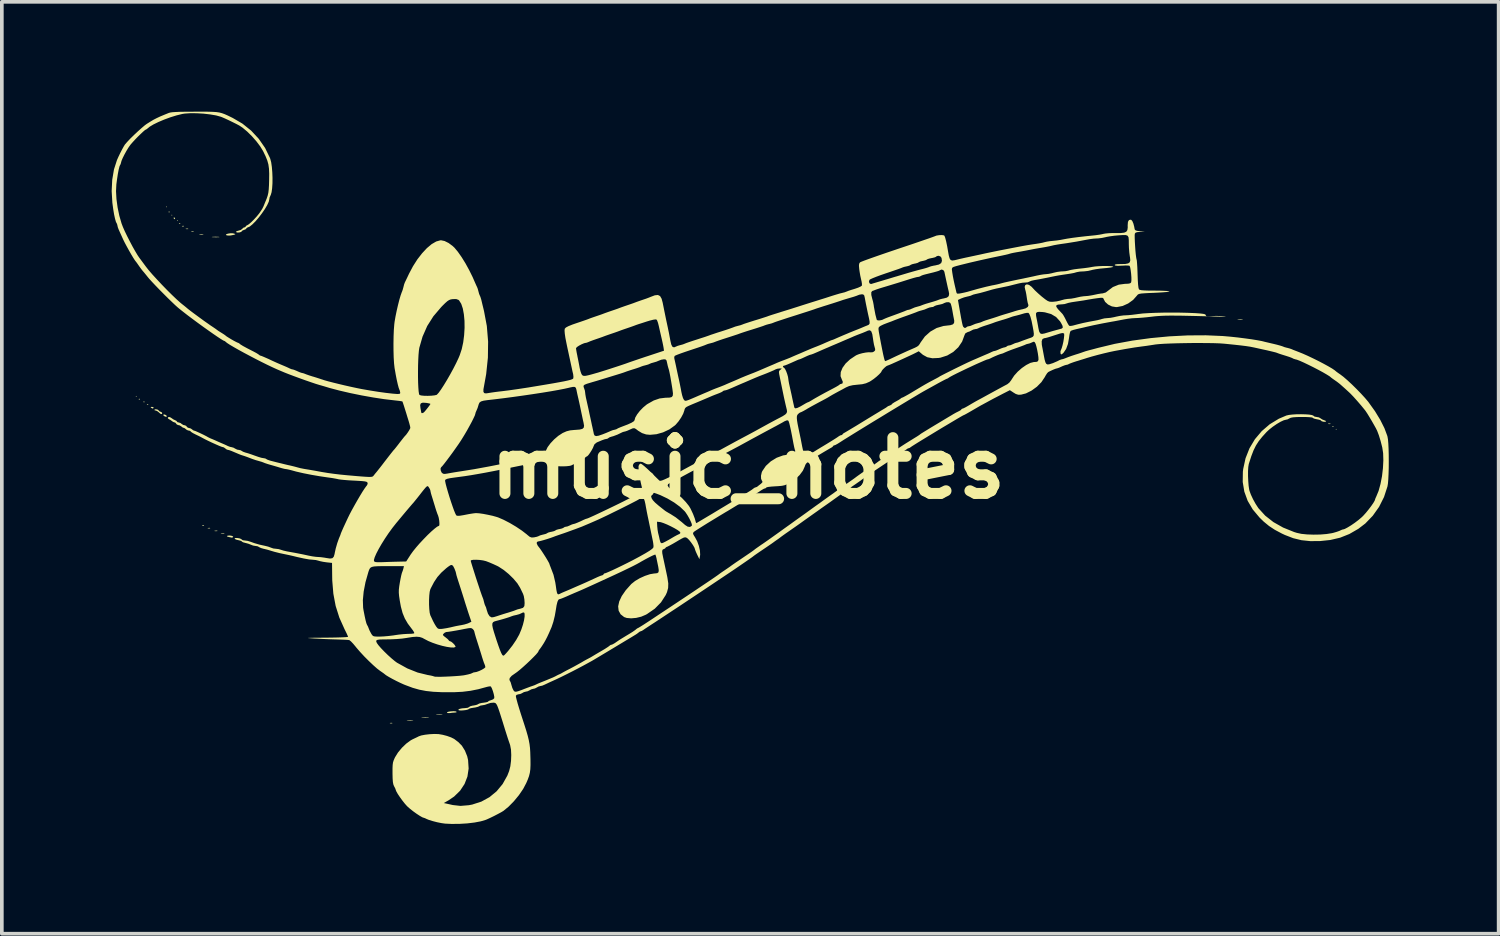
<source format=kicad_pcb>
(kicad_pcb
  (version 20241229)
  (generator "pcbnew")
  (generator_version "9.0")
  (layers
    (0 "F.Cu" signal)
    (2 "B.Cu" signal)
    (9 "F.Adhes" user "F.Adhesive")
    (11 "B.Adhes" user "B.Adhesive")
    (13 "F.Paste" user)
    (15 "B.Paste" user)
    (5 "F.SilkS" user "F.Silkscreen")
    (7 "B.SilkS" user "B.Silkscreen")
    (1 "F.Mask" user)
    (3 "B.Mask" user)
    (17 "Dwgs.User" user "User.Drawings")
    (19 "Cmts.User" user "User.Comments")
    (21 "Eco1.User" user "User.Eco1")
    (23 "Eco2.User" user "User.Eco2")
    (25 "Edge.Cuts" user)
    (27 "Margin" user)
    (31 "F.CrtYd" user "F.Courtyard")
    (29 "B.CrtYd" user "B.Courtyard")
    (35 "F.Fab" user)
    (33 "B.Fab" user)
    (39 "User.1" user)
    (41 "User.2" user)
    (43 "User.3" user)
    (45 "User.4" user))
  (footprint "music_notes"
    (layer "F.Cu")
    (at 17.382 9.738)
    (property "Reference" "music_notes" (at 0 0 0) (layer "F.SilkS") (effects (font (size 1.524 1.524) (thickness 0.3))))
    (attr board_only exclude_from_pos_files exclude_from_bom)
    (fp_poly (pts (xy -16.7 -1.962) (xy -16.712 -1.95) (xy -16.725 -1.962) (xy -16.712 -1.975)) (stroke (width 0) (type solid)) (fill yes) (layer "F.SilkS"))
    (fp_poly (pts (xy -15.875 -7.138) (xy -15.887 -7.125) (xy -15.9 -7.138) (xy -15.887 -7.15)) (stroke (width 0) (type solid)) (fill yes) (layer "F.SilkS"))
    (fp_poly (pts (xy -15.725 -6.912) (xy -15.738 -6.9) (xy -15.75 -6.912) (xy -15.738 -6.925)) (stroke (width 0) (type solid)) (fill yes) (layer "F.SilkS"))
    (fp_poly (pts (xy -15.575 -6.763) (xy -15.588 -6.75) (xy -15.6 -6.763) (xy -15.588 -6.775)) (stroke (width 0) (type solid)) (fill yes) (layer "F.SilkS"))
    (fp_poly (pts (xy 16.075 -1.062) (xy 16.062 -1.05) (xy 16.05 -1.062) (xy 16.062 -1.075)) (stroke (width 0) (type solid)) (fill yes) (layer "F.SilkS"))
    (fp_poly (pts (xy -16.608 -1.892) (xy -16.612 -1.877) (xy -16.625 -1.875) (xy -16.646 -1.884) (xy -16.642 -1.892) (xy -16.612 -1.895)) (stroke (width 0) (type solid)) (fill yes) (layer "F.SilkS"))
    (fp_poly (pts (xy -16.483 -1.817) (xy -16.487 -1.802) (xy -16.5 -1.8) (xy -16.521 -1.809) (xy -16.517 -1.817) (xy -16.487 -1.82)) (stroke (width 0) (type solid)) (fill yes) (layer "F.SilkS"))
    (fp_poly (pts (xy -16.383 -1.742) (xy -16.387 -1.727) (xy -16.4 -1.725) (xy -16.421 -1.734) (xy -16.417 -1.742) (xy -16.387 -1.745)) (stroke (width 0) (type solid)) (fill yes) (layer "F.SilkS"))
    (fp_poly (pts (xy -15.808 -7.017) (xy -15.805 -6.987) (xy -15.808 -6.983) (xy -15.823 -6.987) (xy -15.825 -7) (xy -15.816 -7.021)) (stroke (width 0) (type solid)) (fill yes) (layer "F.SilkS"))
    (fp_poly (pts (xy -15.508 -6.692) (xy -15.512 -6.677) (xy -15.525 -6.675) (xy -15.546 -6.684) (xy -15.542 -6.692) (xy -15.512 -6.695)) (stroke (width 0) (type solid)) (fill yes) (layer "F.SilkS"))
    (fp_poly (pts (xy -15.407 -6.615) (xy -15.414 -6.604) (xy -15.44 -6.602) (xy -15.466 -6.608) (xy -15.455 -6.617) (xy -15.416 -6.62)) (stroke (width 0) (type solid)) (fill yes) (layer "F.SilkS"))
    (fp_poly (pts (xy -15.294 -6.542) (xy -15.291 -6.532) (xy -15.325 -6.529) (xy -15.36 -6.533) (xy -15.356 -6.542) (xy -15.305 -6.545)) (stroke (width 0) (type solid)) (fill yes) (layer "F.SilkS"))
    (fp_poly (pts (xy -15.144 -6.467) (xy -15.141 -6.457) (xy -15.175 -6.454) (xy -15.21 -6.458) (xy -15.206 -6.467) (xy -15.155 -6.47)) (stroke (width 0) (type solid)) (fill yes) (layer "F.SilkS"))
    (fp_poly (pts (xy -14.857 1.56) (xy -14.864 1.571) (xy -14.89 1.573) (xy -14.916 1.567) (xy -14.905 1.558) (xy -14.866 1.555)) (stroke (width 0) (type solid)) (fill yes) (layer "F.SilkS"))
    (fp_poly (pts (xy -14.694 1.633) (xy -14.691 1.643) (xy -14.725 1.646) (xy -14.76 1.642) (xy -14.756 1.633) (xy -14.705 1.63)) (stroke (width 0) (type solid)) (fill yes) (layer "F.SilkS"))
    (fp_poly (pts (xy -9.719 6.958) (xy -9.716 6.968) (xy -9.75 6.971) (xy -9.785 6.967) (xy -9.781 6.958) (xy -9.73 6.955)) (stroke (width 0) (type solid)) (fill yes) (layer "F.SilkS"))
    (fp_poly (pts (xy 15.906 -1.217) (xy 15.909 -1.207) (xy 15.875 -1.204) (xy 15.84 -1.208) (xy 15.844 -1.217) (xy 15.895 -1.22)) (stroke (width 0) (type solid)) (fill yes) (layer "F.SilkS"))
    (fp_poly (pts (xy 15.992 -1.142) (xy 15.988 -1.127) (xy 15.975 -1.125) (xy 15.954 -1.134) (xy 15.958 -1.142) (xy 15.988 -1.145)) (stroke (width 0) (type solid)) (fill yes) (layer "F.SilkS"))
    (fp_poly (pts (xy -16.241 -1.666) (xy -16.238 -1.65) (xy -16.253 -1.629) (xy -16.274 -1.634) (xy -16.3 -1.65) (xy -16.319 -1.668) (xy -16.294 -1.674) (xy -16.28 -1.675)) (stroke (width 0) (type solid)) (fill yes) (layer "F.SilkS"))
    (fp_poly (pts (xy -15.651 -6.832) (xy -15.65 -6.825) (xy -15.659 -6.801) (xy -15.661 -6.8) (xy -15.682 -6.818) (xy -15.688 -6.825) (xy -15.686 -6.848) (xy -15.676 -6.85)) (stroke (width 0) (type solid)) (fill yes) (layer "F.SilkS"))
    (fp_poly (pts (xy -14.881 -6.392) (xy -14.875 -6.385) (xy -14.911 -6.382) (xy -14.938 -6.381) (xy -14.986 -6.384) (xy -14.993 -6.389) (xy -14.981 -6.393) (xy -14.916 -6.397)) (stroke (width 0) (type solid)) (fill yes) (layer "F.SilkS"))
    (fp_poly (pts (xy -14.493 1.709) (xy -14.492 1.717) (xy -14.532 1.72) (xy -14.537 1.72) (xy -14.576 1.717) (xy -14.573 1.709) (xy -14.568 1.708) (xy -14.514 1.704)) (stroke (width 0) (type solid)) (fill yes) (layer "F.SilkS"))
    (fp_poly (pts (xy -14.306 1.783) (xy -14.298 1.79) (xy -14.333 1.794) (xy -14.35 1.794) (xy -14.395 1.792) (xy -14.401 1.785) (xy -14.394 1.783) (xy -14.33 1.779)) (stroke (width 0) (type solid)) (fill yes) (layer "F.SilkS"))
    (fp_poly (pts (xy 13.507 -4.068) (xy 13.517 -4.062) (xy 13.484 -4.058) (xy 13.438 -4.057) (xy 13.381 -4.059) (xy 13.364 -4.064) (xy 13.382 -4.068) (xy 13.456 -4.072)) (stroke (width 0) (type solid)) (fill yes) (layer "F.SilkS"))
    (fp_poly (pts (xy -15.897 -1.45) (xy -15.875 -1.423) (xy -15.875 -1.422) (xy -15.891 -1.401) (xy -15.937 -1.417) (xy -15.949 -1.424) (xy -15.974 -1.45) (xy -15.972 -1.462) (xy -15.938 -1.467)) (stroke (width 0) (type solid)) (fill yes) (layer "F.SilkS"))
    (fp_poly (pts (xy -9.156 6.882) (xy -9.142 6.887) (xy -9.172 6.891) (xy -9.238 6.892) (xy -9.302 6.891) (xy -9.326 6.887) (xy -9.306 6.882) (xy -9.306 6.882) (xy -9.224 6.878)) (stroke (width 0) (type solid)) (fill yes) (layer "F.SilkS"))
    (fp_poly (pts (xy -8.356 6.732) (xy -8.342 6.737) (xy -8.372 6.741) (xy -8.438 6.742) (xy -8.502 6.741) (xy -8.526 6.737) (xy -8.506 6.732) (xy -8.506 6.732) (xy -8.424 6.728)) (stroke (width 0) (type solid)) (fill yes) (layer "F.SilkS"))
    (fp_poly (pts (xy -14.46 -6.319) (xy -14.457 -6.318) (xy -14.433 -6.314) (xy -14.455 -6.31) (xy -14.516 -6.308) (xy -14.537 -6.308) (xy -14.61 -6.309) (xy -14.647 -6.312) (xy -14.64 -6.317) (xy -14.632 -6.318) (xy -14.549 -6.322)) (stroke (width 0) (type solid)) (fill yes) (layer "F.SilkS"))
    (fp_poly (pts (xy -8.735 6.806) (xy -8.732 6.807) (xy -8.708 6.811) (xy -8.73 6.815) (xy -8.791 6.817) (xy -8.812 6.817) (xy -8.885 6.816) (xy -8.922 6.813) (xy -8.915 6.808) (xy -8.907 6.807) (xy -8.824 6.803)) (stroke (width 0) (type solid)) (fill yes) (layer "F.SilkS"))
    (fp_poly (pts (xy -14.121 1.843) (xy -14.077 1.857) (xy -14.063 1.875) (xy -14.064 1.878) (xy -14.091 1.897) (xy -14.095 1.897) (xy -14.13 1.89) (xy -14.188 1.878) (xy -14.233 1.863) (xy -14.231 1.849) (xy -14.223 1.846) (xy -14.176 1.838)) (stroke (width 0) (type solid)) (fill yes) (layer "F.SilkS"))
    (fp_poly (pts (xy -14.043 -6.409) (xy -14.005 -6.395) (xy -14.012 -6.385) (xy -14.05 -6.373) (xy -14.133 -6.356) (xy -14.206 -6.354) (xy -14.254 -6.365) (xy -14.261 -6.372) (xy -14.25 -6.391) (xy -14.206 -6.406) (xy -14.145 -6.416) (xy -14.081 -6.416)) (stroke (width 0) (type solid)) (fill yes) (layer "F.SilkS"))
    (fp_poly (pts (xy -7.981 6.643) (xy -7.964 6.651) (xy -7.965 6.669) (xy -8.013 6.675) (xy -8.014 6.675) (xy -8.086 6.68) (xy -8.137 6.688) (xy -8.194 6.689) (xy -8.221 6.679) (xy -8.221 6.663) (xy -8.172 6.649) (xy -8.121 6.642) (xy -8.039 6.637)) (stroke (width 0) (type solid)) (fill yes) (layer "F.SilkS"))
    (fp_poly (pts (xy -16.138 -1.604) (xy -16.104 -1.586) (xy -16.1 -1.575) (xy -16.079 -1.554) (xy -16.05 -1.543) (xy -16.009 -1.521) (xy -16 -1.502) (xy -16.014 -1.477) (xy -16.05 -1.486) (xy -16.093 -1.525) (xy -16.143 -1.563) (xy -16.182 -1.575) (xy -16.214 -1.585) (xy -16.214 -1.598) (xy -16.184 -1.61)) (stroke (width 0) (type solid)) (fill yes) (layer "F.SilkS"))
    (fp_poly (pts (xy -14.743 -9.737) (xy -14.62 -9.733) (xy -14.522 -9.727) (xy -14.44 -9.715) (xy -14.368 -9.696) (xy -14.296 -9.67) (xy -14.217 -9.635) (xy -14.122 -9.589) (xy -14.075 -9.566) (xy -13.811 -9.412) (xy -13.572 -9.22) (xy -13.364 -8.996) (xy -13.191 -8.746) (xy -13.061 -8.478) (xy -13.05 -8.45) (xy -13.025 -8.355) (xy -13.007 -8.229) (xy -12.995 -8.084) (xy -12.989 -7.932) (xy -12.99 -7.782) (xy -12.999 -7.647) (xy -13.014 -7.538) (xy -13.036 -7.465) (xy -13.04 -7.457) (xy -13.068 -7.394) (xy -13.075 -7.35) (xy -13.091 -7.28) (xy -13.134 -7.186) (xy -13.198 -7.077) (xy -13.277 -6.962) (xy -13.364 -6.848) (xy -13.453 -6.744) (xy -13.538 -6.659) (xy -13.611 -6.6) (xy -13.668 -6.575) (xy -13.672 -6.575) (xy -13.699 -6.558) (xy -13.7 -6.55) (xy -13.721 -6.527) (xy -13.762 -6.51) (xy -13.809 -6.492) (xy -13.825 -6.475) (xy -13.846 -6.453) (xy -13.895 -6.439) (xy -13.948 -6.436) (xy -13.982 -6.447) (xy -13.98 -6.468) (xy -13.929 -6.486) (xy -13.917 -6.488) (xy -13.855 -6.508) (xy -13.817 -6.536) (xy -13.815 -6.54) (xy -13.781 -6.571) (xy -13.763 -6.575) (xy -13.73 -6.587) (xy -13.725 -6.598) (xy -13.704 -6.624) (xy -13.678 -6.637) (xy -13.634 -6.664) (xy -13.569 -6.72) (xy -13.494 -6.795) (xy -13.419 -6.877) (xy -13.354 -6.957) (xy -13.331 -6.989) (xy -13.268 -7.086) (xy -13.236 -7.15) (xy -13.216 -7.199) (xy -13.19 -7.263) (xy -13.15 -7.359) (xy -13.122 -7.441) (xy -13.103 -7.521) (xy -13.092 -7.612) (xy -13.085 -7.728) (xy -13.081 -7.871) (xy -13.079 -8.043) (xy -13.085 -8.179) (xy -13.101 -8.295) (xy -13.131 -8.403) (xy -13.177 -8.518) (xy -13.243 -8.654) (xy -13.247 -8.662) (xy -13.325 -8.79) (xy -13.43 -8.929) (xy -13.552 -9.068) (xy -13.681 -9.195) (xy -13.805 -9.299) (xy -13.892 -9.357) (xy -13.972 -9.4) (xy -14.075 -9.451) (xy -14.186 -9.505) (xy -14.29 -9.553) (xy -14.371 -9.588) (xy -14.4 -9.599) (xy -14.529 -9.635) (xy -14.692 -9.663) (xy -14.874 -9.684) (xy -15.06 -9.695) (xy -15.235 -9.696) (xy -15.385 -9.686) (xy -15.45 -9.676) (xy -15.612 -9.636) (xy -15.782 -9.583) (xy -15.95 -9.521) (xy -16.106 -9.455) (xy -16.241 -9.389) (xy -16.344 -9.327) (xy -16.39 -9.289) (xy -16.429 -9.258) (xy -16.447 -9.25) (xy -16.475 -9.233) (xy -16.527 -9.188) (xy -16.597 -9.122) (xy -16.675 -9.046) (xy -16.752 -8.966) (xy -16.82 -8.891) (xy -16.87 -8.833) (xy -16.923 -8.758) (xy -16.98 -8.664) (xy -17.035 -8.564) (xy -17.082 -8.469) (xy -17.114 -8.393) (xy -17.125 -8.35) (xy -17.139 -8.3) (xy -17.149 -8.286) (xy -17.168 -8.244) (xy -17.19 -8.158) (xy -17.214 -8.032) (xy -17.238 -7.872) (xy -17.254 -7.75) (xy -17.263 -7.565) (xy -17.251 -7.35) (xy -17.22 -7.122) (xy -17.173 -6.896) (xy -17.112 -6.685) (xy -17.075 -6.588) (xy -17.024 -6.472) (xy -16.959 -6.338) (xy -16.886 -6.195) (xy -16.811 -6.053) (xy -16.738 -5.924) (xy -16.674 -5.817) (xy -16.625 -5.745) (xy -16.619 -5.737) (xy -16.597 -5.708) (xy -16.552 -5.647) (xy -16.492 -5.566) (xy -16.443 -5.5) (xy -16.369 -5.406) (xy -16.266 -5.287) (xy -16.142 -5.152) (xy -16.007 -5.008) (xy -15.867 -4.864) (xy -15.732 -4.73) (xy -15.608 -4.612) (xy -15.505 -4.52) (xy -15.463 -4.485) (xy -15.396 -4.432) (xy -15.346 -4.391) (xy -15.325 -4.373) (xy -15.296 -4.349) (xy -15.236 -4.302) (xy -15.151 -4.238) (xy -15.052 -4.165) (xy -14.947 -4.088) (xy -14.844 -4.013) (xy -14.751 -3.948) (xy -14.679 -3.897) (xy -14.662 -3.886) (xy -14.587 -3.836) (xy -14.529 -3.796) (xy -14.501 -3.774) (xy -14.5 -3.774) (xy -14.473 -3.754) (xy -14.418 -3.719) (xy -14.387 -3.7) (xy -14.325 -3.661) (xy -14.283 -3.632) (xy -14.275 -3.625) (xy -14.245 -3.601) (xy -14.185 -3.563) (xy -14.111 -3.518) (xy -14.035 -3.475) (xy -13.971 -3.442) (xy -13.933 -3.425) (xy -13.93 -3.425) (xy -13.898 -3.41) (xy -13.896 -3.406) (xy -13.867 -3.382) (xy -13.794 -3.337) (xy -13.676 -3.273) (xy -13.512 -3.189) (xy -13.435 -3.148) (xy -13.378 -3.113) (xy -13.354 -3.094) (xy -13.326 -3.075) (xy -13.321 -3.075) (xy -13.288 -3.065) (xy -13.223 -3.038) (xy -13.136 -3) (xy -13.104 -2.986) (xy -12.998 -2.936) (xy -12.919 -2.9) (xy -12.852 -2.87) (xy -12.78 -2.839) (xy -12.688 -2.8) (xy -12.608 -2.766) (xy -12.543 -2.736) (xy -12.519 -2.724) (xy -12.467 -2.703) (xy -12.444 -2.699) (xy -12.403 -2.688) (xy -12.339 -2.662) (xy -12.312 -2.65) (xy -12.244 -2.62) (xy -12.192 -2.603) (xy -12.181 -2.601) (xy -12.133 -2.589) (xy -12.106 -2.578) (xy -12.062 -2.561) (xy -11.985 -2.534) (xy -11.891 -2.504) (xy -11.875 -2.5) (xy -11.778 -2.47) (xy -11.695 -2.443) (xy -11.642 -2.425) (xy -11.637 -2.424) (xy -11.571 -2.402) (xy -11.465 -2.372) (xy -11.329 -2.337) (xy -11.175 -2.299) (xy -11.011 -2.26) (xy -10.847 -2.223) (xy -10.693 -2.19) (xy -10.56 -2.163) (xy -10.537 -2.159) (xy -10.319 -2.121) (xy -10.1 -2.086) (xy -9.897 -2.058) (xy -9.723 -2.038) (xy -9.681 -2.034) (xy -9.587 -2.027) (xy -9.532 -2.028) (xy -9.506 -2.038) (xy -9.5 -2.059) (xy -9.5 -2.06) (xy -9.512 -2.117) (xy -9.523 -2.144) (xy -9.543 -2.198) (xy -9.568 -2.292) (xy -9.596 -2.416) (xy -9.624 -2.559) (xy -9.639 -2.647) (xy -9.015 -2.647) (xy -9.015 -2.489) (xy -9.012 -2.339) (xy -9.006 -2.208) (xy -8.998 -2.102) (xy -8.987 -2.029) (xy -8.975 -2) (xy -8.927 -1.986) (xy -8.847 -1.978) (xy -8.749 -1.976) (xy -8.65 -1.98) (xy -8.565 -1.989) (xy -8.509 -2.002) (xy -8.5 -2.007) (xy -8.451 -2.06) (xy -8.386 -2.15) (xy -8.309 -2.269) (xy -8.224 -2.409) (xy -8.137 -2.56) (xy -8.052 -2.716) (xy -7.974 -2.868) (xy -7.908 -3.008) (xy -7.875 -3.087) (xy -7.82 -3.253) (xy -7.78 -3.437) (xy -7.755 -3.633) (xy -7.743 -3.831) (xy -7.745 -4.024) (xy -7.762 -4.203) (xy -7.791 -4.361) (xy -7.834 -4.489) (xy -7.891 -4.58) (xy -7.909 -4.597) (xy -7.972 -4.62) (xy -8.066 -4.618) (xy -8.12 -4.61) (xy -8.165 -4.593) (xy -8.213 -4.562) (xy -8.273 -4.509) (xy -8.355 -4.428) (xy -8.385 -4.396) (xy -8.595 -4.149) (xy -8.763 -3.884) (xy -8.891 -3.593) (xy -8.979 -3.288) (xy -8.991 -3.207) (xy -9.001 -3.094) (xy -9.008 -2.958) (xy -9.013 -2.806) (xy -9.015 -2.647) (xy -9.639 -2.647) (xy -9.651 -2.713) (xy -9.655 -2.737) (xy -9.669 -2.862) (xy -9.679 -3.023) (xy -9.684 -3.208) (xy -9.685 -3.404) (xy -9.682 -3.597) (xy -9.675 -3.776) (xy -9.663 -3.927) (xy -9.655 -3.996) (xy -9.63 -4.141) (xy -9.598 -4.297) (xy -9.562 -4.453) (xy -9.525 -4.599) (xy -9.489 -4.721) (xy -9.458 -4.808) (xy -9.45 -4.826) (xy -9.432 -4.876) (xy -9.413 -4.946) (xy -9.412 -4.95) (xy -9.394 -5.02) (xy -9.375 -5.072) (xy -9.374 -5.074) (xy -9.355 -5.113) (xy -9.32 -5.185) (xy -9.277 -5.276) (xy -9.26 -5.312) (xy -9.152 -5.516) (xy -9.032 -5.704) (xy -8.903 -5.87) (xy -8.772 -6.011) (xy -8.642 -6.12) (xy -8.518 -6.192) (xy -8.405 -6.224) (xy -8.384 -6.225) (xy -8.289 -6.205) (xy -8.18 -6.151) (xy -8.07 -6.07) (xy -8.018 -6.021) (xy -7.927 -5.912) (xy -7.825 -5.767) (xy -7.719 -5.596) (xy -7.617 -5.41) (xy -7.523 -5.22) (xy -7.476 -5.112) (xy -7.442 -5.035) (xy -7.414 -4.972) (xy -7.402 -4.949) (xy -7.383 -4.899) (xy -7.364 -4.829) (xy -7.363 -4.824) (xy -7.345 -4.759) (xy -7.327 -4.715) (xy -7.325 -4.713) (xy -7.309 -4.675) (xy -7.288 -4.607) (xy -7.277 -4.562) (xy -7.254 -4.465) (xy -7.226 -4.351) (xy -7.211 -4.287) (xy -7.135 -3.884) (xy -7.1 -3.459) (xy -7.106 -3.018) (xy -7.153 -2.569) (xy -7.208 -2.263) (xy -7.228 -2.154) (xy -7.228 -2.086) (xy -7.206 -2.051) (xy -7.158 -2.043) (xy -7.094 -2.052) (xy -7.02 -2.064) (xy -6.916 -2.079) (xy -6.798 -2.094) (xy -6.75 -2.099) (xy -6.534 -2.126) (xy -6.288 -2.161) (xy -6.005 -2.204) (xy -5.891 -2.223) (xy -4.493 -2.223) (xy -4.48 -2.188) (xy -4.457 -2.12) (xy -4.45 -2.069) (xy -4.444 -2.017) (xy -4.43 -1.935) (xy -4.414 -1.864) (xy -4.391 -1.761) (xy -4.363 -1.636) (xy -4.337 -1.516) (xy -4.337 -1.512) (xy -4.31 -1.39) (xy -4.282 -1.26) (xy -4.259 -1.151) (xy -4.258 -1.15) (xy -4.238 -1.057) (xy -4.22 -0.976) (xy -4.211 -0.931) (xy -4.191 -0.892) (xy -4.15 -0.877) (xy -4.081 -0.888) (xy -3.975 -0.924) (xy -3.97 -0.926) (xy -3.879 -0.962) (xy -3.794 -0.998) (xy -3.759 -1.014) (xy -3.695 -1.039) (xy -3.647 -1.05) (xy -3.645 -1.05) (xy -3.596 -1.064) (xy -3.586 -1.071) (xy -3.55 -1.091) (xy -3.485 -1.119) (xy -3.438 -1.137) (xy -3.283 -1.196) (xy -3.177 -1.245) (xy -3.116 -1.285) (xy -3.1 -1.313) (xy -3.081 -1.382) (xy -3.03 -1.47) (xy -2.956 -1.565) (xy -2.866 -1.658) (xy -2.771 -1.737) (xy -2.744 -1.755) (xy -2.575 -1.85) (xy -2.415 -1.905) (xy -2.251 -1.925) (xy -2.23 -1.925) (xy -2.141 -1.928) (xy -2.085 -1.943) (xy -2.057 -1.978) (xy -2.051 -2.042) (xy -2.064 -2.144) (xy -2.07 -2.186) (xy -2.099 -2.362) (xy -2.122 -2.496) (xy -2.141 -2.594) (xy -2.156 -2.664) (xy -2.169 -2.712) (xy -2.174 -2.725) (xy -2.193 -2.793) (xy -2.211 -2.875) (xy -2.212 -2.881) (xy -2.227 -2.943) (xy -2.253 -2.97) (xy -2.295 -2.975) (xy -2.369 -2.963) (xy -2.43 -2.94) (xy -2.504 -2.909) (xy -2.58 -2.887) (xy -2.644 -2.869) (xy -2.686 -2.851) (xy -2.688 -2.85) (xy -2.728 -2.832) (xy -2.792 -2.814) (xy -2.799 -2.812) (xy -2.869 -2.794) (xy -2.922 -2.775) (xy -2.924 -2.774) (xy -2.966 -2.757) (xy -3.041 -2.731) (xy -3.132 -2.702) (xy -3.138 -2.701) (xy -3.231 -2.671) (xy -3.312 -2.644) (xy -3.361 -2.626) (xy -3.362 -2.626) (xy -3.387 -2.616) (xy -3.427 -2.603) (xy -3.488 -2.583) (xy -3.575 -2.556) (xy -3.693 -2.52) (xy -3.849 -2.472) (xy -4.047 -2.412) (xy -4.05 -2.411) (xy -4.142 -2.383) (xy -4.249 -2.352) (xy -4.302 -2.336) (xy -4.404 -2.305) (xy -4.465 -2.28) (xy -4.492 -2.255) (xy -4.493 -2.223) (xy -5.891 -2.223) (xy -5.8 -2.238) (xy -5.542 -2.281) (xy -5.329 -2.317) (xy -5.157 -2.348) (xy -5.023 -2.373) (xy -4.923 -2.395) (xy -4.851 -2.413) (xy -4.806 -2.429) (xy -4.781 -2.443) (xy -4.776 -2.448) (xy -4.769 -2.492) (xy -4.776 -2.559) (xy -4.778 -2.571) (xy -4.795 -2.642) (xy -4.816 -2.74) (xy -4.839 -2.846) (xy -4.84 -2.85) (xy -4.866 -2.972) (xy -4.894 -3.102) (xy -4.915 -3.2) (xy -4.932 -3.277) (xy -4.699 -3.277) (xy -4.694 -3.234) (xy -4.681 -3.158) (xy -4.662 -3.066) (xy -4.662 -3.062) (xy -4.638 -2.945) (xy -4.614 -2.821) (xy -4.599 -2.738) (xy -4.578 -2.65) (xy -4.553 -2.579) (xy -4.534 -2.547) (xy -4.513 -2.529) (xy -4.482 -2.521) (xy -4.435 -2.523) (xy -4.364 -2.538) (xy -4.261 -2.565) (xy -4.118 -2.606) (xy -4.112 -2.607) (xy -4.029 -2.633) (xy -3.919 -2.667) (xy -3.793 -2.707) (xy -3.662 -2.75) (xy -3.536 -2.791) (xy -3.425 -2.828) (xy -3.34 -2.857) (xy -3.291 -2.875) (xy -3.288 -2.876) (xy -3.249 -2.89) (xy -3.171 -2.917) (xy -3.062 -2.954) (xy -2.93 -2.999) (xy -2.867 -3.02) (xy -2.017 -3.02) (xy -2.012 -2.987) (xy -2.001 -2.939) (xy -1.983 -2.859) (xy -1.962 -2.762) (xy -1.96 -2.75) (xy -1.934 -2.628) (xy -1.906 -2.498) (xy -1.884 -2.4) (xy -1.86 -2.284) (xy -1.835 -2.16) (xy -1.822 -2.087) (xy -1.802 -1.997) (xy -1.778 -1.919) (xy -1.76 -1.882) (xy -1.74 -1.854) (xy -1.716 -1.841) (xy -1.679 -1.845) (xy -1.618 -1.866) (xy -1.525 -1.905) (xy -1.447 -1.938) (xy -1.381 -1.967) (xy -1.363 -1.975) (xy -1.311 -1.997) (xy -1.235 -2.03) (xy -1.188 -2.05) (xy -1.107 -2.084) (xy -1.038 -2.114) (xy -1.012 -2.126) (xy -0.962 -2.147) (xy -0.884 -2.178) (xy -0.825 -2.2) (xy -0.741 -2.232) (xy -0.669 -2.261) (xy -0.637 -2.274) (xy -0.586 -2.297) (xy -0.51 -2.33) (xy -0.463 -2.35) (xy -0.382 -2.384) (xy -0.313 -2.414) (xy -0.287 -2.425) (xy -0.185 -2.47) (xy -0.069 -2.518) (xy 0.037 -2.56) (xy 0.075 -2.575) (xy 0.168 -2.611) (xy 0.282 -2.658) (xy 0.394 -2.706) (xy 0.438 -2.725) (xy 0.489 -2.747) (xy 0.565 -2.78) (xy 0.58 -2.786) (xy 0.952 -2.786) (xy 0.96 -2.758) (xy 0.984 -2.742) (xy 1.009 -2.713) (xy 1.04 -2.651) (xy 1.069 -2.573) (xy 1.091 -2.495) (xy 1.1 -2.434) (xy 1.106 -2.388) (xy 1.12 -2.311) (xy 1.136 -2.239) (xy 1.159 -2.136) (xy 1.187 -2.011) (xy 1.212 -1.891) (xy 1.213 -1.887) (xy 1.234 -1.79) (xy 1.252 -1.71) (xy 1.263 -1.66) (xy 1.265 -1.655) (xy 1.289 -1.634) (xy 1.344 -1.645) (xy 1.431 -1.687) (xy 1.501 -1.728) (xy 1.569 -1.768) (xy 1.618 -1.794) (xy 1.635 -1.8) (xy 1.664 -1.812) (xy 1.719 -1.843) (xy 1.744 -1.859) (xy 1.832 -1.911) (xy 1.954 -1.98) (xy 2.1 -2.06) (xy 2.261 -2.145) (xy 2.337 -2.185) (xy 2.414 -2.227) (xy 2.471 -2.261) (xy 2.496 -2.281) (xy 2.525 -2.299) (xy 2.538 -2.3) (xy 2.581 -2.317) (xy 2.588 -2.361) (xy 2.565 -2.413) (xy 2.526 -2.514) (xy 2.532 -2.625) (xy 2.58 -2.742) (xy 2.665 -2.86) (xy 2.785 -2.972) (xy 2.937 -3.074) (xy 2.968 -3.091) (xy 3.034 -3.117) (xy 3.122 -3.141) (xy 3.216 -3.159) (xy 3.297 -3.167) (xy 3.345 -3.164) (xy 3.4 -3.167) (xy 3.438 -3.185) (xy 3.469 -3.216) (xy 3.472 -3.254) (xy 3.458 -3.304) (xy 3.439 -3.376) (xy 3.422 -3.472) (xy 3.412 -3.542) (xy 3.393 -3.662) (xy 3.366 -3.736) (xy 3.328 -3.767) (xy 3.278 -3.759) (xy 3.271 -3.756) (xy 3.215 -3.731) (xy 3.133 -3.697) (xy 3.075 -3.675) (xy 2.991 -3.643) (xy 2.919 -3.614) (xy 2.888 -3.601) (xy 2.836 -3.578) (xy 2.76 -3.545) (xy 2.712 -3.525) (xy 2.632 -3.491) (xy 2.563 -3.461) (xy 2.538 -3.45) (xy 2.482 -3.426) (xy 2.4 -3.391) (xy 2.284 -3.342) (xy 2.188 -3.3) (xy 2.107 -3.266) (xy 2.038 -3.236) (xy 2.013 -3.225) (xy 1.881 -3.167) (xy 1.79 -3.128) (xy 1.733 -3.107) (xy 1.706 -3.1) (xy 1.706 -3.1) (xy 1.673 -3.09) (xy 1.611 -3.064) (xy 1.555 -3.038) (xy 1.482 -3.004) (xy 1.429 -2.981) (xy 1.41 -2.975) (xy 1.379 -2.966) (xy 1.324 -2.943) (xy 1.316 -2.939) (xy 1.179 -2.878) (xy 1.081 -2.835) (xy 1.017 -2.81) (xy 0.981 -2.8) (xy 0.976 -2.8) (xy 0.952 -2.786) (xy 0.58 -2.786) (xy 0.613 -2.8) (xy 0.693 -2.834) (xy 0.762 -2.864) (xy 0.787 -2.876) (xy 0.838 -2.897) (xy 0.916 -2.928) (xy 0.975 -2.95) (xy 1.059 -2.982) (xy 1.131 -3.011) (xy 1.163 -3.024) (xy 1.214 -3.047) (xy 1.29 -3.08) (xy 1.337 -3.1) (xy 1.418 -3.134) (xy 1.487 -3.164) (xy 1.512 -3.175) (xy 1.617 -3.22) (xy 1.733 -3.269) (xy 1.838 -3.311) (xy 1.875 -3.325) (xy 1.944 -3.353) (xy 2.037 -3.392) (xy 2.12 -3.429) (xy 2.201 -3.464) (xy 2.262 -3.49) (xy 2.291 -3.5) (xy 2.292 -3.5) (xy 2.321 -3.509) (xy 2.376 -3.532) (xy 2.384 -3.536) (xy 2.47 -3.574) (xy 2.591 -3.626) (xy 2.736 -3.687) (xy 2.763 -3.699) (xy 2.813 -3.719) (xy 2.89 -3.75) (xy 2.95 -3.774) (xy 2.994 -3.791) (xy 3.563 -3.791) (xy 3.572 -3.725) (xy 3.59 -3.625) (xy 3.63 -3.411) (xy 3.663 -3.243) (xy 3.689 -3.115) (xy 3.71 -3.024) (xy 3.726 -2.964) (xy 3.738 -2.933) (xy 3.747 -2.925) (xy 3.776 -2.935) (xy 3.835 -2.961) (xy 3.887 -2.985) (xy 4.047 -3.061) (xy 4.212 -3.137) (xy 4.364 -3.206) (xy 4.463 -3.249) (xy 4.557 -3.29) (xy 4.618 -3.321) (xy 4.658 -3.352) (xy 4.688 -3.392) (xy 4.713 -3.435) (xy 4.83 -3.598) (xy 4.979 -3.731) (xy 5.151 -3.829) (xy 5.337 -3.884) (xy 5.412 -3.893) (xy 5.525 -3.906) (xy 5.594 -3.928) (xy 5.627 -3.966) (xy 5.632 -4.025) (xy 5.624 -4.07) (xy 5.609 -4.146) (xy 5.591 -4.246) (xy 5.578 -4.321) (xy 5.56 -4.41) (xy 5.54 -4.481) (xy 5.523 -4.515) (xy 5.478 -4.535) (xy 5.413 -4.531) (xy 5.348 -4.507) (xy 5.338 -4.499) (xy 5.299 -4.484) (xy 5.232 -4.468) (xy 5.206 -4.463) (xy 5.138 -4.447) (xy 5.093 -4.429) (xy 5.086 -4.423) (xy 5.053 -4.404) (xy 5.017 -4.4) (xy 4.954 -4.388) (xy 4.895 -4.365) (xy 4.82 -4.333) (xy 4.746 -4.312) (xy 4.677 -4.293) (xy 4.626 -4.274) (xy 4.626 -4.274) (xy 4.588 -4.258) (xy 4.513 -4.23) (xy 4.415 -4.194) (xy 4.325 -4.162) (xy 4.21 -4.121) (xy 4.105 -4.082) (xy 4.025 -4.052) (xy 3.987 -4.037) (xy 3.92 -4.01) (xy 3.83 -3.977) (xy 3.782 -3.959) (xy 3.698 -3.926) (xy 3.628 -3.892) (xy 3.601 -3.876) (xy 3.577 -3.855) (xy 3.564 -3.831) (xy 3.563 -3.791) (xy 2.994 -3.791) (xy 3.034 -3.807) (xy 3.106 -3.837) (xy 3.138 -3.851) (xy 3.2 -3.877) (xy 3.256 -3.899) (xy 3.299 -3.92) (xy 3.32 -3.951) (xy 3.32 -4.005) (xy 3.304 -4.093) (xy 3.301 -4.106) (xy 3.274 -4.226) (xy 3.246 -4.36) (xy 3.219 -4.491) (xy 3.198 -4.602) (xy 3.188 -4.656) (xy 3.173 -4.719) (xy 3.146 -4.745) (xy 3.111 -4.75) (xy 3.044 -4.74) (xy 3.006 -4.726) (xy 2.962 -4.708) (xy 2.885 -4.682) (xy 2.79 -4.654) (xy 2.775 -4.65) (xy 2.678 -4.621) (xy 2.595 -4.596) (xy 2.542 -4.578) (xy 2.538 -4.576) (xy 2.495 -4.562) (xy 2.416 -4.536) (xy 2.311 -4.502) (xy 2.192 -4.465) (xy 2.188 -4.463) (xy 2.068 -4.426) (xy 1.963 -4.392) (xy 1.882 -4.366) (xy 1.838 -4.351) (xy 1.837 -4.35) (xy 1.8 -4.337) (xy 1.722 -4.311) (xy 1.612 -4.275) (xy 1.477 -4.232) (xy 1.325 -4.183) (xy 1.262 -4.163) (xy 1.107 -4.114) (xy 0.967 -4.068) (xy 0.848 -4.029) (xy 0.759 -3.999) (xy 0.708 -3.98) (xy 0.699 -3.976) (xy 0.649 -3.957) (xy 0.579 -3.938) (xy 0.575 -3.938) (xy 0.505 -3.919) (xy 0.453 -3.901) (xy 0.451 -3.9) (xy 0.413 -3.885) (xy 0.338 -3.86) (xy 0.237 -3.827) (xy 0.119 -3.79) (xy 0.113 -3.788) (xy -0.007 -3.751) (xy -0.112 -3.717) (xy -0.193 -3.69) (xy -0.237 -3.674) (xy -0.237 -3.674) (xy -0.28 -3.658) (xy -0.359 -3.632) (xy -0.463 -3.598) (xy -0.575 -3.562) (xy -0.69 -3.525) (xy -0.791 -3.491) (xy -0.864 -3.465) (xy -0.901 -3.451) (xy -0.951 -3.432) (xy -1.021 -3.413) (xy -1.025 -3.413) (xy -1.095 -3.394) (xy -1.147 -3.374) (xy -1.149 -3.373) (xy -1.185 -3.358) (xy -1.259 -3.331) (xy -1.364 -3.295) (xy -1.49 -3.253) (xy -1.587 -3.221) (xy -1.721 -3.176) (xy -1.838 -3.135) (xy -1.931 -3.1) (xy -1.989 -3.075) (xy -2.007 -3.064) (xy -2.017 -3.02) (xy -2.867 -3.02) (xy -2.784 -3.048) (xy -2.767 -3.053) (xy -2.296 -3.209) (xy -2.307 -3.286) (xy -2.318 -3.348) (xy -2.337 -3.44) (xy -2.36 -3.542) (xy -2.362 -3.55) (xy -2.389 -3.667) (xy -2.417 -3.79) (xy -2.438 -3.884) (xy -2.459 -3.967) (xy -2.482 -4.031) (xy -2.497 -4.057) (xy -2.527 -4.064) (xy -2.591 -4.055) (xy -2.693 -4.029) (xy -2.781 -4.002) (xy -2.891 -3.966) (xy -2.989 -3.935) (xy -3.059 -3.911) (xy -3.087 -3.9) (xy -3.136 -3.882) (xy -3.215 -3.854) (xy -3.3 -3.825) (xy -3.391 -3.794) (xy -3.468 -3.767) (xy -3.513 -3.75) (xy -3.561 -3.732) (xy -3.64 -3.704) (xy -3.725 -3.675) (xy -3.816 -3.644) (xy -3.893 -3.617) (xy -3.938 -3.6) (xy -3.986 -3.582) (xy -4.065 -3.554) (xy -4.15 -3.525) (xy -4.239 -3.494) (xy -4.314 -3.466) (xy -4.356 -3.448) (xy -4.404 -3.429) (xy -4.424 -3.425) (xy -4.476 -3.414) (xy -4.545 -3.385) (xy -4.615 -3.348) (xy -4.671 -3.311) (xy -4.698 -3.281) (xy -4.699 -3.277) (xy -4.932 -3.277) (xy -4.958 -3.402) (xy -4.989 -3.559) (xy -5.006 -3.676) (xy -5.012 -3.758) (xy -5.007 -3.806) (xy -5.004 -3.812) (xy -4.974 -3.843) (xy -4.907 -3.879) (xy -4.798 -3.923) (xy -4.697 -3.958) (xy -4.581 -3.997) (xy -4.479 -4.032) (xy -4.402 -4.059) (xy -4.362 -4.074) (xy -4.314 -4.093) (xy -4.235 -4.121) (xy -4.15 -4.15) (xy -4.059 -4.181) (xy -3.982 -4.208) (xy -3.938 -4.225) (xy -3.889 -4.243) (xy -3.81 -4.271) (xy -3.725 -4.3) (xy -3.634 -4.331) (xy -3.557 -4.358) (xy -3.513 -4.375) (xy -3.464 -4.393) (xy -3.385 -4.421) (xy -3.3 -4.45) (xy -3.209 -4.481) (xy -3.132 -4.508) (xy -3.087 -4.525) (xy -3.039 -4.543) (xy -2.96 -4.571) (xy -2.875 -4.6) (xy -2.784 -4.631) (xy -2.707 -4.66) (xy -2.663 -4.678) (xy -2.547 -4.722) (xy -2.462 -4.731) (xy -2.403 -4.701) (xy -2.361 -4.629) (xy -2.332 -4.521) (xy -2.287 -4.296) (xy -2.237 -4.052) (xy -2.187 -3.82) (xy -2.186 -3.812) (xy -2.161 -3.693) (xy -2.137 -3.565) (xy -2.121 -3.479) (xy -2.096 -3.374) (xy -2.064 -3.315) (xy -2.021 -3.3) (xy -1.977 -3.318) (xy -1.924 -3.341) (xy -1.853 -3.362) (xy -1.85 -3.362) (xy -1.78 -3.381) (xy -1.728 -3.401) (xy -1.726 -3.402) (xy -1.688 -3.418) (xy -1.613 -3.444) (xy -1.512 -3.478) (xy -1.4 -3.514) (xy -1.283 -3.552) (xy -1.18 -3.585) (xy -1.102 -3.612) (xy -1.062 -3.626) (xy -1.02 -3.642) (xy -0.941 -3.668) (xy -0.837 -3.703) (xy -0.725 -3.738) (xy -0.61 -3.775) (xy -0.509 -3.809) (xy -0.436 -3.835) (xy -0.399 -3.849) (xy -0.349 -3.868) (xy -0.279 -3.887) (xy -0.275 -3.888) (xy -0.205 -3.906) (xy -0.153 -3.925) (xy -0.151 -3.926) (xy -0.113 -3.941) (xy -0.038 -3.966) (xy 0.064 -3.999) (xy 0.181 -4.036) (xy 0.188 -4.038) (xy 0.307 -4.074) (xy 0.412 -4.108) (xy 0.493 -4.134) (xy 0.537 -4.149) (xy 0.537 -4.15) (xy 0.58 -4.165) (xy 0.659 -4.191) (xy 0.764 -4.224) (xy 0.883 -4.261) (xy 0.887 -4.263) (xy 1.023 -4.305) (xy 1.162 -4.348) (xy 1.284 -4.387) (xy 1.363 -4.412) (xy 1.459 -4.443) (xy 1.585 -4.483) (xy 1.724 -4.527) (xy 1.837 -4.562) (xy 1.973 -4.605) (xy 2.111 -4.648) (xy 2.234 -4.688) (xy 2.312 -4.713) (xy 2.413 -4.744) (xy 2.508 -4.772) (xy 2.574 -4.788) (xy 2.644 -4.806) (xy 2.645 -4.807) (xy 3.366 -4.807) (xy 3.366 -4.732) (xy 3.394 -4.618) (xy 3.4 -4.6) (xy 3.416 -4.538) (xy 3.432 -4.452) (xy 3.437 -4.412) (xy 3.478 -4.196) (xy 3.515 -4.054) (xy 3.543 -4.037) (xy 3.598 -4.037) (xy 3.661 -4.05) (xy 3.712 -4.074) (xy 3.745 -4.089) (xy 3.814 -4.117) (xy 3.909 -4.152) (xy 4 -4.185) (xy 4.111 -4.226) (xy 4.207 -4.262) (xy 4.277 -4.289) (xy 4.306 -4.302) (xy 4.358 -4.322) (xy 4.381 -4.325) (xy 4.425 -4.336) (xy 4.48 -4.36) (xy 4.555 -4.392) (xy 4.629 -4.413) (xy 4.698 -4.432) (xy 4.749 -4.452) (xy 4.749 -4.452) (xy 4.791 -4.468) (xy 4.866 -4.493) (xy 4.959 -4.52) (xy 4.975 -4.525) (xy 5.07 -4.553) (xy 5.149 -4.578) (xy 5.197 -4.596) (xy 5.201 -4.598) (xy 5.249 -4.615) (xy 5.322 -4.633) (xy 5.343 -4.636) (xy 5.434 -4.66) (xy 5.481 -4.7) (xy 5.492 -4.763) (xy 5.48 -4.831) (xy 5.46 -4.913) (xy 5.435 -5.026) (xy 5.402 -5.177) (xy 5.361 -5.369) (xy 5.331 -5.413) (xy 5.281 -5.426) (xy 5.24 -5.406) (xy 5.215 -5.393) (xy 5.16 -5.375) (xy 5.07 -5.35) (xy 4.94 -5.318) (xy 4.85 -5.296) (xy 4.777 -5.276) (xy 4.725 -5.255) (xy 4.714 -5.247) (xy 4.67 -5.228) (xy 4.646 -5.225) (xy 4.604 -5.218) (xy 4.528 -5.198) (xy 4.431 -5.169) (xy 4.383 -5.154) (xy 4.104 -5.066) (xy 3.802 -4.974) (xy 3.675 -4.936) (xy 3.59 -4.91) (xy 3.518 -4.886) (xy 3.487 -4.875) (xy 3.425 -4.851) (xy 3.394 -4.841) (xy 3.366 -4.807) (xy 2.645 -4.807) (xy 2.697 -4.826) (xy 2.699 -4.827) (xy 2.741 -4.844) (xy 2.816 -4.869) (xy 2.908 -4.897) (xy 2.917 -4.9) (xy 3.005 -4.93) (xy 3.073 -4.961) (xy 3.108 -4.985) (xy 3.109 -4.988) (xy 3.111 -5.031) (xy 3.102 -5.092) (xy 3.302 -5.092) (xy 3.318 -5.049) (xy 3.355 -5.031) (xy 3.369 -5.033) (xy 3.417 -5.048) (xy 3.492 -5.07) (xy 3.544 -5.086) (xy 3.649 -5.117) (xy 3.761 -5.151) (xy 3.8 -5.162) (xy 3.905 -5.194) (xy 4.017 -5.228) (xy 4.05 -5.237) (xy 4.234 -5.292) (xy 4.381 -5.336) (xy 4.503 -5.371) (xy 4.611 -5.401) (xy 4.717 -5.429) (xy 4.773 -5.443) (xy 5.567 -5.443) (xy 5.567 -5.425) (xy 5.577 -5.35) (xy 5.594 -5.245) (xy 5.617 -5.127) (xy 5.641 -5.016) (xy 5.648 -4.987) (xy 5.667 -4.905) (xy 5.684 -4.832) (xy 5.686 -4.822) (xy 5.697 -4.783) (xy 5.718 -4.767) (xy 5.765 -4.769) (xy 5.817 -4.778) (xy 5.907 -4.797) (xy 5.99 -4.817) (xy 6.011 -4.823) (xy 6.271 -4.897) (xy 6.494 -4.954) (xy 6.675 -4.995) (xy 6.707 -5) (xy 6.798 -5.019) (xy 6.884 -5.04) (xy 6.907 -5.047) (xy 6.949 -5.058) (xy 7.008 -5.073) (xy 7.09 -5.091) (xy 7.2 -5.115) (xy 7.346 -5.146) (xy 7.534 -5.184) (xy 7.55 -5.188) (xy 7.665 -5.212) (xy 7.796 -5.24) (xy 7.888 -5.261) (xy 7.987 -5.281) (xy 8.079 -5.295) (xy 8.14 -5.3) (xy 8.211 -5.308) (xy 8.3 -5.326) (xy 8.34 -5.337) (xy 8.441 -5.36) (xy 8.547 -5.374) (xy 8.58 -5.375) (xy 8.668 -5.381) (xy 8.747 -5.396) (xy 8.767 -5.403) (xy 8.824 -5.417) (xy 8.914 -5.433) (xy 9.022 -5.447) (xy 9.062 -5.451) (xy 9.18 -5.464) (xy 9.293 -5.479) (xy 9.382 -5.494) (xy 9.4 -5.498) (xy 9.474 -5.509) (xy 9.569 -5.517) (xy 9.675 -5.522) (xy 9.78 -5.523) (xy 9.873 -5.521) (xy 9.941 -5.515) (xy 9.974 -5.505) (xy 9.975 -5.502) (xy 9.952 -5.491) (xy 9.889 -5.479) (xy 9.798 -5.468) (xy 9.731 -5.462) (xy 9.612 -5.451) (xy 9.498 -5.435) (xy 9.408 -5.418) (xy 9.38 -5.41) (xy 9.286 -5.388) (xy 9.18 -5.376) (xy 9.151 -5.375) (xy 9.062 -5.37) (xy 8.984 -5.356) (xy 8.961 -5.35) (xy 8.903 -5.333) (xy 8.814 -5.316) (xy 8.716 -5.301) (xy 8.601 -5.284) (xy 8.481 -5.265) (xy 8.4 -5.25) (xy 8.3 -5.23) (xy 8.18 -5.205) (xy 8.088 -5.187) (xy 7.982 -5.166) (xy 7.881 -5.148) (xy 7.812 -5.136) (xy 7.74 -5.12) (xy 7.688 -5.099) (xy 7.68 -5.094) (xy 7.634 -5.076) (xy 7.568 -5.071) (xy 7.495 -5.066) (xy 7.404 -5.049) (xy 7.362 -5.039) (xy 7.108 -4.975) (xy 6.868 -4.925) (xy 6.777 -4.906) (xy 6.691 -4.885) (xy 6.668 -4.879) (xy 6.486 -4.826) (xy 6.34 -4.786) (xy 6.235 -4.762) (xy 6.225 -4.76) (xy 6.159 -4.744) (xy 6.115 -4.727) (xy 6.112 -4.725) (xy 6.073 -4.709) (xy 6.007 -4.692) (xy 5.991 -4.689) (xy 5.902 -4.666) (xy 5.818 -4.635) (xy 5.814 -4.633) (xy 5.733 -4.595) (xy 5.764 -4.416) (xy 5.795 -4.239) (xy 5.819 -4.105) (xy 5.838 -4.008) (xy 5.852 -3.941) (xy 5.863 -3.897) (xy 5.873 -3.871) (xy 5.882 -3.856) (xy 5.923 -3.827) (xy 5.959 -3.845) (xy 5.963 -3.85) (xy 5.998 -3.872) (xy 6.02 -3.875) (xy 6.073 -3.886) (xy 6.13 -3.91) (xy 6.204 -3.941) (xy 6.28 -3.963) (xy 6.344 -3.98) (xy 6.386 -3.997) (xy 6.388 -3.998) (xy 6.422 -4.013) (xy 6.491 -4.038) (xy 6.581 -4.066) (xy 6.6 -4.072) (xy 6.697 -4.102) (xy 6.78 -4.129) (xy 6.833 -4.147) (xy 6.838 -4.149) (xy 6.888 -4.166) (xy 6.967 -4.191) (xy 7.037 -4.212) (xy 7.138 -4.242) (xy 7.236 -4.272) (xy 7.287 -4.289) (xy 7.381 -4.316) (xy 7.478 -4.338) (xy 7.487 -4.339) (xy 7.582 -4.366) (xy 7.641 -4.405) (xy 7.659 -4.451) (xy 7.652 -4.472) (xy 7.638 -4.518) (xy 7.623 -4.595) (xy 7.613 -4.661) (xy 7.599 -4.753) (xy 7.583 -4.833) (xy 7.572 -4.87) (xy 7.555 -4.951) (xy 7.572 -5.002) (xy 7.614 -5.022) (xy 7.674 -5.007) (xy 7.743 -4.956) (xy 7.774 -4.923) (xy 7.834 -4.858) (xy 7.919 -4.778) (xy 8.011 -4.697) (xy 8.032 -4.68) (xy 8.118 -4.612) (xy 8.179 -4.571) (xy 8.229 -4.55) (xy 8.28 -4.544) (xy 8.328 -4.545) (xy 8.429 -4.556) (xy 8.531 -4.579) (xy 8.556 -4.587) (xy 8.645 -4.611) (xy 8.733 -4.624) (xy 8.751 -4.625) (xy 8.826 -4.631) (xy 8.922 -4.648) (xy 8.983 -4.662) (xy 9.081 -4.684) (xy 9.174 -4.697) (xy 9.22 -4.7) (xy 9.296 -4.707) (xy 9.395 -4.723) (xy 9.463 -4.737) (xy 9.557 -4.757) (xy 9.643 -4.771) (xy 9.688 -4.775) (xy 9.771 -4.8) (xy 9.831 -4.846) (xy 9.965 -4.948) (xy 10.126 -5.013) (xy 10.292 -5.035) (xy 10.382 -5.039) (xy 10.433 -5.049) (xy 10.459 -5.069) (xy 10.465 -5.084) (xy 10.471 -5.135) (xy 10.47 -5.215) (xy 10.463 -5.308) (xy 10.452 -5.4) (xy 10.439 -5.476) (xy 10.424 -5.522) (xy 10.418 -5.529) (xy 10.382 -5.535) (xy 10.31 -5.537) (xy 10.219 -5.532) (xy 10.212 -5.532) (xy 10.098 -5.528) (xy 10.032 -5.535) (xy 10.015 -5.547) (xy 10.022 -5.562) (xy 10.07 -5.572) (xy 10.162 -5.575) (xy 10.181 -5.575) (xy 10.303 -5.578) (xy 10.382 -5.593) (xy 10.425 -5.624) (xy 10.44 -5.678) (xy 10.432 -5.761) (xy 10.427 -5.787) (xy 10.413 -5.893) (xy 10.403 -6.018) (xy 10.4 -6.115) (xy 10.399 -6.231) (xy 10.392 -6.307) (xy 10.368 -6.349) (xy 10.32 -6.367) (xy 10.239 -6.368) (xy 10.128 -6.361) (xy 10.006 -6.35) (xy 9.888 -6.334) (xy 9.792 -6.317) (xy 9.764 -6.31) (xy 9.664 -6.289) (xy 9.559 -6.276) (xy 9.527 -6.275) (xy 9.441 -6.27) (xy 9.333 -6.256) (xy 9.238 -6.239) (xy 8.977 -6.19) (xy 8.693 -6.144) (xy 8.55 -6.124) (xy 8.449 -6.108) (xy 8.354 -6.091) (xy 8.3 -6.078) (xy 8.228 -6.061) (xy 8.13 -6.042) (xy 8.05 -6.028) (xy 7.941 -6.01) (xy 7.811 -5.987) (xy 7.688 -5.963) (xy 7.688 -5.963) (xy 7.568 -5.94) (xy 7.443 -5.917) (xy 7.34 -5.899) (xy 7.338 -5.899) (xy 7.251 -5.883) (xy 7.181 -5.868) (xy 7.15 -5.859) (xy 7.107 -5.846) (xy 7.032 -5.828) (xy 6.944 -5.809) (xy 6.642 -5.746) (xy 6.342 -5.68) (xy 6.057 -5.614) (xy 5.802 -5.551) (xy 5.688 -5.521) (xy 5.614 -5.498) (xy 5.577 -5.475) (xy 5.567 -5.443) (xy 4.773 -5.443) (xy 4.8 -5.45) (xy 4.877 -5.472) (xy 4.938 -5.493) (xy 4.953 -5.5) (xy 5.001 -5.516) (xy 5.076 -5.533) (xy 5.11 -5.538) (xy 5.215 -5.563) (xy 5.275 -5.603) (xy 5.296 -5.664) (xy 5.284 -5.744) (xy 5.254 -5.784) (xy 5.203 -5.802) (xy 5.155 -5.793) (xy 5.139 -5.778) (xy 5.108 -5.761) (xy 5.046 -5.745) (xy 5.013 -5.739) (xy 4.943 -5.724) (xy 4.896 -5.707) (xy 4.888 -5.701) (xy 4.857 -5.683) (xy 4.796 -5.666) (xy 4.775 -5.662) (xy 4.709 -5.647) (xy 4.667 -5.63) (xy 4.662 -5.625) (xy 4.632 -5.608) (xy 4.571 -5.591) (xy 4.55 -5.588) (xy 4.484 -5.572) (xy 4.443 -5.555) (xy 4.438 -5.551) (xy 4.407 -5.533) (xy 4.347 -5.516) (xy 4.332 -5.513) (xy 4.264 -5.498) (xy 4.217 -5.482) (xy 4.213 -5.48) (xy 4.182 -5.467) (xy 4.112 -5.441) (xy 4.01 -5.406) (xy 3.885 -5.363) (xy 3.763 -5.322) (xy 3.624 -5.274) (xy 3.502 -5.229) (xy 3.405 -5.19) (xy 3.339 -5.16) (xy 3.315 -5.143) (xy 3.302 -5.092) (xy 3.102 -5.092) (xy 3.1 -5.102) (xy 3.088 -5.155) (xy 3.065 -5.259) (xy 3.045 -5.378) (xy 3.037 -5.439) (xy 3.029 -5.528) (xy 3.034 -5.582) (xy 3.052 -5.615) (xy 3.06 -5.623) (xy 3.092 -5.638) (xy 3.166 -5.667) (xy 3.278 -5.708) (xy 3.421 -5.759) (xy 3.59 -5.818) (xy 3.781 -5.884) (xy 3.988 -5.954) (xy 4.082 -5.986) (xy 4.294 -6.057) (xy 4.491 -6.123) (xy 4.669 -6.184) (xy 4.823 -6.237) (xy 4.946 -6.279) (xy 5.035 -6.311) (xy 5.084 -6.329) (xy 5.092 -6.332) (xy 5.146 -6.353) (xy 5.219 -6.365) (xy 5.292 -6.368) (xy 5.346 -6.36) (xy 5.363 -6.35) (xy 5.384 -6.297) (xy 5.409 -6.202) (xy 5.438 -6.064) (xy 5.461 -5.93) (xy 5.483 -5.808) (xy 5.505 -5.73) (xy 5.533 -5.687) (xy 5.574 -5.672) (xy 5.635 -5.679) (xy 5.694 -5.693) (xy 5.801 -5.719) (xy 5.924 -5.747) (xy 6 -5.763) (xy 6.112 -5.787) (xy 6.242 -5.815) (xy 6.35 -5.838) (xy 6.489 -5.869) (xy 6.624 -5.897) (xy 6.764 -5.926) (xy 6.919 -5.957) (xy 7.099 -5.992) (xy 7.312 -6.033) (xy 7.475 -6.064) (xy 7.603 -6.087) (xy 7.745 -6.11) (xy 7.85 -6.125) (xy 7.951 -6.141) (xy 8.039 -6.158) (xy 8.097 -6.173) (xy 8.1 -6.174) (xy 8.158 -6.187) (xy 8.245 -6.201) (xy 8.325 -6.209) (xy 8.433 -6.22) (xy 8.539 -6.236) (xy 8.6 -6.248) (xy 8.713 -6.269) (xy 8.864 -6.292) (xy 9.042 -6.315) (xy 9.236 -6.337) (xy 9.375 -6.351) (xy 9.49 -6.363) (xy 9.597 -6.378) (xy 9.677 -6.393) (xy 9.7 -6.399) (xy 9.763 -6.41) (xy 9.859 -6.419) (xy 9.975 -6.423) (xy 10.045 -6.423) (xy 10.18 -6.423) (xy 10.272 -6.433) (xy 10.33 -6.458) (xy 10.36 -6.502) (xy 10.37 -6.57) (xy 10.369 -6.636) (xy 10.376 -6.728) (xy 10.405 -6.779) (xy 10.454 -6.787) (xy 10.465 -6.783) (xy 10.496 -6.749) (xy 10.525 -6.681) (xy 10.548 -6.592) (xy 10.555 -6.55) (xy 10.565 -6.513) (xy 10.591 -6.492) (xy 10.647 -6.479) (xy 10.7 -6.473) (xy 10.838 -6.458) (xy 10.708 -6.454) (xy 10.626 -6.447) (xy 10.582 -6.431) (xy 10.564 -6.404) (xy 10.56 -6.362) (xy 10.561 -6.283) (xy 10.565 -6.18) (xy 10.572 -6.063) (xy 10.58 -5.946) (xy 10.59 -5.839) (xy 10.601 -5.755) (xy 10.61 -5.706) (xy 10.613 -5.7) (xy 10.619 -5.667) (xy 10.625 -5.593) (xy 10.632 -5.488) (xy 10.637 -5.362) (xy 10.639 -5.296) (xy 10.645 -5.138) (xy 10.653 -5.014) (xy 10.664 -4.927) (xy 10.677 -4.885) (xy 10.677 -4.885) (xy 10.7 -4.871) (xy 10.747 -4.861) (xy 10.825 -4.855) (xy 10.939 -4.851) (xy 11.096 -4.85) (xy 11.102 -4.85) (xy 11.237 -4.849) (xy 11.354 -4.845) (xy 11.444 -4.84) (xy 11.499 -4.833) (xy 11.51 -4.829) (xy 11.491 -4.821) (xy 11.43 -4.812) (xy 11.334 -4.804) (xy 11.211 -4.796) (xy 11.093 -4.79) (xy 10.936 -4.784) (xy 10.822 -4.777) (xy 10.742 -4.771) (xy 10.69 -4.762) (xy 10.658 -4.75) (xy 10.637 -4.734) (xy 10.625 -4.718) (xy 10.518 -4.597) (xy 10.382 -4.499) (xy 10.231 -4.431) (xy 10.078 -4.401) (xy 10.052 -4.4) (xy 9.937 -4.419) (xy 9.833 -4.47) (xy 9.753 -4.543) (xy 9.715 -4.614) (xy 9.703 -4.641) (xy 9.679 -4.654) (xy 9.631 -4.654) (xy 9.546 -4.644) (xy 9.544 -4.644) (xy 9.431 -4.628) (xy 9.311 -4.608) (xy 9.25 -4.597) (xy 9.152 -4.58) (xy 9.031 -4.562) (xy 8.927 -4.547) (xy 8.831 -4.532) (xy 8.749 -4.515) (xy 8.7 -4.5) (xy 8.698 -4.499) (xy 8.644 -4.483) (xy 8.569 -4.475) (xy 8.558 -4.475) (xy 8.465 -4.468) (xy 8.42 -4.448) (xy 8.419 -4.409) (xy 8.461 -4.35) (xy 8.475 -4.334) (xy 8.532 -4.273) (xy 8.578 -4.224) (xy 8.592 -4.208) (xy 8.618 -4.168) (xy 8.656 -4.1) (xy 8.686 -4.039) (xy 8.724 -3.964) (xy 8.757 -3.908) (xy 8.775 -3.888) (xy 8.813 -3.885) (xy 8.876 -3.896) (xy 8.893 -3.901) (xy 9.01 -3.932) (xy 9.155 -3.967) (xy 9.309 -3.999) (xy 9.449 -4.025) (xy 9.452 -4.025) (xy 9.544 -4.043) (xy 9.626 -4.063) (xy 9.66 -4.074) (xy 9.734 -4.092) (xy 9.817 -4.1) (xy 9.82 -4.1) (xy 9.899 -4.107) (xy 9.996 -4.125) (xy 10.05 -4.138) (xy 10.152 -4.159) (xy 10.257 -4.173) (xy 10.302 -4.175) (xy 10.378 -4.179) (xy 10.485 -4.189) (xy 10.606 -4.204) (xy 10.665 -4.212) (xy 10.785 -4.226) (xy 10.945 -4.236) (xy 11.135 -4.244) (xy 11.346 -4.249) (xy 11.568 -4.25) (xy 11.79 -4.249) (xy 12.004 -4.244) (xy 12.199 -4.236) (xy 12.234 -4.234) (xy 12.356 -4.225) (xy 12.436 -4.215) (xy 12.481 -4.203) (xy 12.499 -4.187) (xy 12.5 -4.18) (xy 12.509 -4.16) (xy 12.541 -4.151) (xy 12.607 -4.151) (xy 12.669 -4.155) (xy 12.79 -4.159) (xy 12.922 -4.155) (xy 13 -4.149) (xy 13.044 -4.143) (xy 13.038 -4.139) (xy 12.985 -4.138) (xy 12.885 -4.139) (xy 12.812 -4.141) (xy 12.498 -4.15) (xy 12.228 -4.157) (xy 11.998 -4.162) (xy 11.804 -4.166) (xy 11.64 -4.167) (xy 11.502 -4.167) (xy 11.384 -4.165) (xy 11.283 -4.161) (xy 11.192 -4.155) (xy 11.108 -4.148) (xy 11.025 -4.138) (xy 10.891 -4.123) (xy 10.762 -4.111) (xy 10.652 -4.103) (xy 10.581 -4.1) (xy 10.488 -4.095) (xy 10.372 -4.081) (xy 10.269 -4.064) (xy 10.148 -4.041) (xy 10.018 -4.016) (xy 9.925 -4) (xy 9.667 -3.952) (xy 9.427 -3.903) (xy 9.25 -3.863) (xy 9.141 -3.837) (xy 9.029 -3.812) (xy 8.963 -3.797) (xy 8.885 -3.777) (xy 8.827 -3.757) (xy 8.81 -3.748) (xy 8.794 -3.713) (xy 8.778 -3.643) (xy 8.766 -3.555) (xy 8.738 -3.394) (xy 8.687 -3.256) (xy 8.617 -3.154) (xy 8.603 -3.14) (xy 8.565 -3.109) (xy 8.546 -3.112) (xy 8.534 -3.137) (xy 8.533 -3.194) (xy 8.546 -3.227) (xy 8.568 -3.281) (xy 8.591 -3.361) (xy 8.612 -3.454) (xy 8.627 -3.547) (xy 8.635 -3.625) (xy 8.633 -3.673) (xy 8.629 -3.681) (xy 8.585 -3.692) (xy 8.521 -3.678) (xy 8.452 -3.656) (xy 8.358 -3.626) (xy 8.281 -3.601) (xy 8.195 -3.574) (xy 8.125 -3.556) (xy 8.088 -3.55) (xy 8.042 -3.528) (xy 8.02 -3.468) (xy 8.023 -3.376) (xy 8.027 -3.35) (xy 8.045 -3.259) (xy 8.065 -3.151) (xy 8.077 -3.087) (xy 8.1 -2.968) (xy 8.122 -2.891) (xy 8.147 -2.849) (xy 8.181 -2.833) (xy 8.226 -2.838) (xy 8.328 -2.87) (xy 8.45 -2.923) (xy 8.506 -2.952) (xy 8.556 -2.971) (xy 8.577 -2.975) (xy 8.617 -2.985) (xy 8.678 -3.008) (xy 8.684 -3.011) (xy 8.748 -3.036) (xy 8.84 -3.069) (xy 8.938 -3.101) (xy 9.031 -3.13) (xy 9.111 -3.157) (xy 9.161 -3.175) (xy 9.162 -3.175) (xy 9.217 -3.194) (xy 9.295 -3.216) (xy 9.325 -3.224) (xy 9.418 -3.248) (xy 9.525 -3.277) (xy 9.575 -3.29) (xy 10.02 -3.397) (xy 10.498 -3.485) (xy 10.997 -3.553) (xy 11.505 -3.601) (xy 12.011 -3.627) (xy 12.502 -3.63) (xy 12.967 -3.61) (xy 13.175 -3.592) (xy 13.38 -3.57) (xy 13.577 -3.545) (xy 13.758 -3.52) (xy 13.911 -3.495) (xy 14.028 -3.473) (xy 14.062 -3.465) (xy 14.108 -3.453) (xy 14.189 -3.434) (xy 14.29 -3.41) (xy 14.338 -3.399) (xy 14.441 -3.374) (xy 14.529 -3.35) (xy 14.587 -3.332) (xy 14.601 -3.327) (xy 14.651 -3.307) (xy 14.721 -3.288) (xy 14.725 -3.288) (xy 14.795 -3.269) (xy 14.847 -3.251) (xy 14.849 -3.25) (xy 14.892 -3.231) (xy 14.965 -3.203) (xy 15.037 -3.175) (xy 15.154 -3.128) (xy 15.289 -3.068) (xy 15.434 -2.999) (xy 15.582 -2.926) (xy 15.723 -2.852) (xy 15.849 -2.783) (xy 15.953 -2.722) (xy 16.024 -2.674) (xy 16.05 -2.652) (xy 16.076 -2.631) (xy 16.13 -2.592) (xy 16.174 -2.562) (xy 16.26 -2.497) (xy 16.369 -2.403) (xy 16.492 -2.289) (xy 16.62 -2.163) (xy 16.743 -2.036) (xy 16.853 -1.916) (xy 16.94 -1.813) (xy 16.95 -1.799) (xy 17.124 -1.556) (xy 17.268 -1.319) (xy 17.381 -1.094) (xy 17.457 -0.891) (xy 17.465 -0.863) (xy 17.478 -0.787) (xy 17.488 -0.672) (xy 17.495 -0.526) (xy 17.499 -0.36) (xy 17.5 -0.184) (xy 17.499 -0.008) (xy 17.494 0.159) (xy 17.487 0.306) (xy 17.477 0.424) (xy 17.464 0.5) (xy 17.37 0.788) (xy 17.235 1.057) (xy 17.063 1.299) (xy 16.86 1.51) (xy 16.669 1.656) (xy 16.423 1.798) (xy 16.172 1.898) (xy 15.903 1.961) (xy 15.625 1.99) (xy 15.356 1.992) (xy 15.117 1.967) (xy 14.891 1.912) (xy 14.663 1.824) (xy 14.578 1.784) (xy 14.388 1.683) (xy 14.23 1.579) (xy 14.084 1.459) (xy 13.972 1.35) (xy 13.785 1.127) (xy 13.646 0.891) (xy 13.555 0.641) (xy 13.511 0.377) (xy 13.515 0.098) (xy 13.524 0.022) (xy 13.588 -0.271) (xy 13.696 -0.544) (xy 13.844 -0.792) (xy 14.03 -1.012) (xy 14.249 -1.2) (xy 14.499 -1.352) (xy 14.704 -1.439) (xy 14.775 -1.455) (xy 14.873 -1.466) (xy 14.988 -1.473) (xy 15.109 -1.474) (xy 15.226 -1.471) (xy 15.327 -1.464) (xy 15.403 -1.451) (xy 15.441 -1.435) (xy 15.444 -1.431) (xy 15.474 -1.409) (xy 15.525 -1.4) (xy 15.591 -1.388) (xy 15.633 -1.364) (xy 15.685 -1.33) (xy 15.734 -1.311) (xy 15.778 -1.293) (xy 15.788 -1.276) (xy 15.759 -1.266) (xy 15.71 -1.27) (xy 15.665 -1.284) (xy 15.65 -1.3) (xy 15.628 -1.315) (xy 15.571 -1.33) (xy 15.537 -1.336) (xy 15.471 -1.351) (xy 15.43 -1.369) (xy 15.425 -1.377) (xy 15.401 -1.386) (xy 15.337 -1.393) (xy 15.239 -1.398) (xy 15.131 -1.399) (xy 14.99 -1.397) (xy 14.89 -1.39) (xy 14.826 -1.379) (xy 14.789 -1.362) (xy 14.732 -1.332) (xy 14.695 -1.325) (xy 14.632 -1.309) (xy 14.544 -1.268) (xy 14.44 -1.207) (xy 14.334 -1.134) (xy 14.235 -1.056) (xy 14.162 -0.988) (xy 14.043 -0.857) (xy 13.948 -0.738) (xy 13.871 -0.618) (xy 13.806 -0.486) (xy 13.746 -0.33) (xy 13.684 -0.138) (xy 13.676 -0.113) (xy 13.663 -0.034) (xy 13.656 0.078) (xy 13.656 0.212) (xy 13.662 0.35) (xy 13.672 0.48) (xy 13.688 0.586) (xy 13.696 0.618) (xy 13.734 0.722) (xy 13.792 0.846) (xy 13.862 0.973) (xy 13.933 1.082) (xy 13.943 1.096) (xy 14.125 1.296) (xy 14.349 1.472) (xy 14.613 1.621) (xy 14.914 1.743) (xy 14.988 1.766) (xy 15.111 1.793) (xy 15.268 1.809) (xy 15.445 1.815) (xy 15.627 1.812) (xy 15.799 1.798) (xy 15.946 1.775) (xy 15.988 1.765) (xy 16.077 1.739) (xy 16.148 1.714) (xy 16.185 1.697) (xy 16.186 1.696) (xy 16.232 1.676) (xy 16.246 1.675) (xy 16.297 1.66) (xy 16.375 1.619) (xy 16.472 1.56) (xy 16.575 1.489) (xy 16.675 1.413) (xy 16.762 1.339) (xy 16.803 1.299) (xy 16.876 1.218) (xy 16.95 1.127) (xy 17.02 1.035) (xy 17.077 0.952) (xy 17.114 0.889) (xy 17.125 0.858) (xy 17.136 0.823) (xy 17.158 0.775) (xy 17.222 0.621) (xy 17.274 0.431) (xy 17.315 0.22) (xy 17.341 -0.001) (xy 17.352 -0.216) (xy 17.346 -0.412) (xy 17.322 -0.568) (xy 17.277 -0.743) (xy 17.23 -0.897) (xy 17.185 -1.016) (xy 17.181 -1.025) (xy 17.149 -1.09) (xy 17.098 -1.181) (xy 17.038 -1.286) (xy 16.975 -1.392) (xy 16.917 -1.487) (xy 16.87 -1.558) (xy 16.851 -1.584) (xy 16.748 -1.71) (xy 16.642 -1.833) (xy 16.542 -1.945) (xy 16.457 -2.034) (xy 16.415 -2.074) (xy 16.306 -2.174) (xy 16.225 -2.246) (xy 16.165 -2.299) (xy 16.117 -2.337) (xy 16.074 -2.369) (xy 16.038 -2.394) (xy 15.976 -2.437) (xy 15.934 -2.468) (xy 15.925 -2.476) (xy 15.882 -2.511) (xy 15.803 -2.56) (xy 15.698 -2.621) (xy 15.574 -2.688) (xy 15.441 -2.757) (xy 15.308 -2.823) (xy 15.183 -2.883) (xy 15.075 -2.931) (xy 14.992 -2.963) (xy 14.944 -2.975) (xy 14.944 -2.975) (xy 14.896 -2.99) (xy 14.886 -2.996) (xy 14.852 -3.013) (xy 14.784 -3.039) (xy 14.694 -3.068) (xy 14.675 -3.074) (xy 14.581 -3.103) (xy 14.502 -3.129) (xy 14.454 -3.147) (xy 14.45 -3.149) (xy 14.411 -3.162) (xy 14.335 -3.181) (xy 14.235 -3.205) (xy 14.162 -3.222) (xy 14.042 -3.248) (xy 13.925 -3.274) (xy 13.83 -3.295) (xy 13.796 -3.302) (xy 13.71 -3.319) (xy 13.597 -3.336) (xy 13.452 -3.354) (xy 13.269 -3.374) (xy 13.043 -3.397) (xy 12.988 -3.402) (xy 12.874 -3.41) (xy 12.724 -3.415) (xy 12.547 -3.418) (xy 12.35 -3.419) (xy 12.143 -3.419) (xy 11.932 -3.416) (xy 11.728 -3.412) (xy 11.537 -3.406) (xy 11.369 -3.399) (xy 11.232 -3.39) (xy 11.133 -3.38) (xy 11.113 -3.377) (xy 11.01 -3.361) (xy 10.885 -3.342) (xy 10.764 -3.326) (xy 10.762 -3.326) (xy 10.554 -3.297) (xy 10.302 -3.255) (xy 10.012 -3.202) (xy 9.878 -3.174) (xy 9.717 -3.136) (xy 9.547 -3.093) (xy 9.386 -3.049) (xy 9.252 -3.009) (xy 9.225 -3) (xy 9.171 -2.983) (xy 9.086 -2.957) (xy 8.988 -2.926) (xy 8.975 -2.923) (xy 8.883 -2.893) (xy 8.809 -2.866) (xy 8.767 -2.848) (xy 8.764 -2.845) (xy 8.719 -2.826) (xy 8.701 -2.824) (xy 8.656 -2.813) (xy 8.588 -2.787) (xy 8.562 -2.775) (xy 8.495 -2.745) (xy 8.446 -2.728) (xy 8.435 -2.726) (xy 8.395 -2.715) (xy 8.326 -2.687) (xy 8.246 -2.65) (xy 8.201 -2.627) (xy 8.169 -2.595) (xy 8.129 -2.533) (xy 8.104 -2.487) (xy 8.013 -2.351) (xy 7.889 -2.225) (xy 7.744 -2.12) (xy 7.591 -2.043) (xy 7.455 -2.008) (xy 7.38 -2.006) (xy 7.312 -2.028) (xy 7.254 -2.063) (xy 7.151 -2.131) (xy 6.957 -2.032) (xy 6.838 -1.97) (xy 6.707 -1.902) (xy 6.593 -1.841) (xy 6.588 -1.838) (xy 6.5 -1.79) (xy 6.426 -1.75) (xy 6.38 -1.725) (xy 6.375 -1.723) (xy 6.338 -1.702) (xy 6.27 -1.663) (xy 6.181 -1.611) (xy 6.122 -1.577) (xy 6.029 -1.523) (xy 5.954 -1.481) (xy 5.905 -1.455) (xy 5.892 -1.45) (xy 5.867 -1.438) (xy 5.805 -1.403) (xy 5.713 -1.349) (xy 5.597 -1.28) (xy 5.463 -1.2) (xy 5.316 -1.113) (xy 5.164 -1.021) (xy 5.013 -0.929) (xy 4.868 -0.841) (xy 4.735 -0.76) (xy 4.621 -0.69) (xy 4.532 -0.634) (xy 4.474 -0.597) (xy 4.454 -0.583) (xy 4.414 -0.555) (xy 4.397 -0.55) (xy 4.358 -0.536) (xy 4.343 -0.525) (xy 4.314 -0.505) (xy 4.25 -0.461) (xy 4.156 -0.398) (xy 4.04 -0.319) (xy 3.906 -0.23) (xy 3.812 -0.168) (xy 3.621 -0.041) (xy 3.467 0.062) (xy 3.345 0.144) (xy 3.253 0.207) (xy 3.185 0.255) (xy 3.138 0.29) (xy 3.109 0.312) (xy 3.075 0.338) (xy 3.012 0.382) (xy 2.932 0.438) (xy 2.914 0.45) (xy 2.825 0.511) (xy 2.712 0.59) (xy 2.589 0.677) (xy 2.487 0.75) (xy 2.361 0.84) (xy 2.225 0.938) (xy 2.095 1.029) (xy 2.012 1.087) (xy 1.902 1.166) (xy 1.769 1.26) (xy 1.633 1.357) (xy 1.537 1.425) (xy 1.419 1.51) (xy 1.297 1.596) (xy 1.186 1.673) (xy 1.112 1.725) (xy 1.027 1.784) (xy 0.954 1.836) (xy 0.906 1.871) (xy 0.901 1.875) (xy 0.842 1.92) (xy 0.799 1.95) (xy 0.733 1.996) (xy 0.691 2.027) (xy 0.649 2.057) (xy 0.576 2.107) (xy 0.484 2.17) (xy 0.4 2.227) (xy 0.305 2.291) (xy 0.225 2.346) (xy 0.171 2.384) (xy 0.15 2.4) (xy 0.123 2.421) (xy 0.072 2.458) (xy 0.062 2.464) (xy 0.01 2.501) (xy -0.071 2.557) (xy -0.167 2.623) (xy -0.225 2.663) (xy -0.295 2.711) (xy -0.401 2.783) (xy -0.538 2.875) (xy -0.701 2.984) (xy -0.883 3.106) (xy -1.08 3.238) (xy -1.287 3.376) (xy -1.497 3.516) (xy -1.706 3.655) (xy -1.907 3.789) (xy -2.097 3.914) (xy -2.268 4.027) (xy -2.416 4.125) (xy -2.536 4.204) (xy -2.621 4.259) (xy -2.638 4.27) (xy -2.728 4.329) (xy -2.804 4.379) (xy -2.855 4.414) (xy -2.868 4.424) (xy -2.909 4.447) (xy -2.922 4.45) (xy -2.96 4.465) (xy -2.981 4.481) (xy -3.031 4.52) (xy -3.064 4.542) (xy -3.208 4.63) (xy -3.365 4.724) (xy -3.526 4.821) (xy -3.687 4.918) (xy -3.84 5.01) (xy -3.979 5.093) (xy -4.099 5.165) (xy -4.193 5.221) (xy -4.254 5.257) (xy -4.275 5.269) (xy -4.328 5.298) (xy -4.408 5.342) (xy -4.498 5.391) (xy -4.5 5.392) (xy -4.637 5.465) (xy -4.793 5.546) (xy -4.954 5.627) (xy -5.109 5.704) (xy -5.244 5.768) (xy -5.338 5.811) (xy -5.429 5.852) (xy -5.511 5.891) (xy -5.558 5.913) (xy -5.622 5.94) (xy -5.672 5.95) (xy -5.726 5.965) (xy -5.764 5.987) (xy -5.823 6.017) (xy -5.862 6.025) (xy -5.922 6.041) (xy -5.961 6.063) (xy -6.021 6.093) (xy -6.061 6.101) (xy -6.122 6.116) (xy -6.161 6.138) (xy -6.224 6.168) (xy -6.268 6.175) (xy -6.32 6.19) (xy -6.342 6.215) (xy -6.339 6.249) (xy -6.321 6.323) (xy -6.292 6.43) (xy -6.252 6.563) (xy -6.205 6.713) (xy -6.178 6.796) (xy -6.111 7.002) (xy -6.058 7.169) (xy -6.018 7.308) (xy -5.989 7.427) (xy -5.969 7.535) (xy -5.956 7.641) (xy -5.949 7.755) (xy -5.945 7.886) (xy -5.943 7.953) (xy -5.942 8.106) (xy -5.947 8.223) (xy -5.96 8.32) (xy -5.983 8.411) (xy -6.019 8.51) (xy -6.058 8.6) (xy -6.143 8.761) (xy -6.259 8.931) (xy -6.396 9.097) (xy -6.54 9.244) (xy -6.68 9.359) (xy -6.688 9.364) (xy -6.746 9.399) (xy -6.836 9.447) (xy -6.94 9.501) (xy -7.045 9.552) (xy -7.135 9.593) (xy -7.162 9.604) (xy -7.298 9.645) (xy -7.472 9.678) (xy -7.672 9.702) (xy -7.887 9.715) (xy -8.105 9.716) (xy -8.275 9.708) (xy -8.374 9.694) (xy -8.493 9.67) (xy -8.613 9.639) (xy -8.717 9.607) (xy -8.775 9.583) (xy -8.826 9.559) (xy -8.854 9.55) (xy -8.897 9.535) (xy -8.967 9.495) (xy -9.054 9.438) (xy -9.146 9.372) (xy -9.233 9.303) (xy -9.304 9.24) (xy -9.31 9.235) (xy -9.372 9.166) (xy -9.44 9.08) (xy -9.507 8.988) (xy -9.566 8.9) (xy -9.607 8.828) (xy -9.625 8.782) (xy -9.625 8.779) (xy -9.636 8.748) (xy -9.664 8.694) (xy -9.668 8.688) (xy -9.688 8.639) (xy -9.701 8.572) (xy -9.708 8.476) (xy -9.711 8.341) (xy -9.711 8.325) (xy -9.711 8.198) (xy -9.707 8.107) (xy -9.698 8.039) (xy -9.68 7.981) (xy -9.653 7.918) (xy -9.64 7.892) (xy -9.561 7.765) (xy -9.455 7.637) (xy -9.335 7.522) (xy -9.214 7.433) (xy -9.162 7.405) (xy -9.084 7.368) (xy -9.019 7.337) (xy -8.995 7.324) (xy -8.926 7.3) (xy -8.822 7.28) (xy -8.7 7.266) (xy -8.575 7.259) (xy -8.465 7.262) (xy -8.45 7.263) (xy -8.34 7.282) (xy -8.222 7.313) (xy -8.113 7.352) (xy -8.031 7.393) (xy -8.012 7.406) (xy -7.977 7.433) (xy -7.922 7.475) (xy -7.916 7.479) (xy -7.817 7.579) (xy -7.733 7.714) (xy -7.671 7.869) (xy -7.647 7.973) (xy -7.632 8.204) (xy -7.665 8.423) (xy -7.744 8.626) (xy -7.865 8.809) (xy -8.028 8.968) (xy -8.178 9.07) (xy -8.311 9.146) (xy -8.237 9.162) (xy -8.163 9.178) (xy -8.075 9.198) (xy -8.058 9.201) (xy -7.855 9.224) (xy -7.627 9.205) (xy -7.533 9.187) (xy -7.285 9.107) (xy -7.062 8.985) (xy -6.867 8.824) (xy -6.704 8.627) (xy -6.575 8.397) (xy -6.526 8.272) (xy -6.493 8.143) (xy -6.474 7.992) (xy -6.468 7.834) (xy -6.475 7.687) (xy -6.498 7.566) (xy -6.507 7.537) (xy -6.529 7.474) (xy -6.562 7.377) (xy -6.6 7.258) (xy -6.638 7.138) (xy -6.701 6.933) (xy -6.752 6.771) (xy -6.792 6.646) (xy -6.824 6.554) (xy -6.849 6.49) (xy -6.871 6.448) (xy -6.89 6.424) (xy -6.91 6.411) (xy -6.932 6.406) (xy -6.949 6.404) (xy -7.029 6.41) (xy -7.11 6.435) (xy -7.112 6.436) (xy -7.186 6.463) (xy -7.251 6.475) (xy -7.255 6.475) (xy -7.312 6.485) (xy -7.341 6.501) (xy -7.379 6.518) (xy -7.448 6.535) (xy -7.496 6.542) (xy -7.568 6.554) (xy -7.615 6.568) (xy -7.625 6.576) (xy -7.647 6.591) (xy -7.702 6.605) (xy -7.773 6.614) (xy -7.843 6.618) (xy -7.894 6.614) (xy -7.905 6.61) (xy -7.912 6.591) (xy -7.877 6.573) (xy -7.81 6.559) (xy -7.721 6.552) (xy -7.659 6.544) (xy -7.623 6.527) (xy -7.62 6.523) (xy -7.592 6.504) (xy -7.532 6.487) (xy -7.499 6.482) (xy -7.428 6.468) (xy -7.38 6.45) (xy -7.371 6.443) (xy -7.339 6.427) (xy -7.274 6.412) (xy -7.228 6.406) (xy -7.156 6.395) (xy -7.109 6.382) (xy -7.1 6.374) (xy -7.078 6.355) (xy -7.026 6.338) (xy -7.023 6.337) (xy -6.965 6.314) (xy -6.932 6.282) (xy -6.932 6.239) (xy -6.946 6.169) (xy -6.969 6.089) (xy -6.996 6.016) (xy -7.021 5.968) (xy -7.029 5.96) (xy -7.064 5.959) (xy -7.125 5.971) (xy -7.143 5.976) (xy -7.367 6.037) (xy -7.581 6.08) (xy -7.8 6.107) (xy -8.037 6.119) (xy -8.307 6.119) (xy -8.363 6.118) (xy -8.597 6.107) (xy -8.797 6.085) (xy -8.979 6.05) (xy -9.159 5.999) (xy -9.352 5.927) (xy -9.4 5.908) (xy -9.498 5.864) (xy -9.607 5.811) (xy -9.659 5.784) (xy -6.518 5.784) (xy -6.505 5.807) (xy -6.483 5.851) (xy -6.464 5.918) (xy -6.462 5.925) (xy -6.439 6.001) (xy -6.408 6.065) (xy -6.408 6.066) (xy -6.388 6.092) (xy -6.363 6.105) (xy -6.326 6.104) (xy -6.265 6.087) (xy -6.174 6.054) (xy -6.1 6.025) (xy -6.013 5.992) (xy -5.935 5.963) (xy -5.898 5.951) (xy -5.829 5.926) (xy -5.786 5.906) (xy -5.733 5.881) (xy -5.658 5.85) (xy -5.625 5.837) (xy -5.539 5.803) (xy -5.459 5.77) (xy -5.438 5.761) (xy -5.373 5.734) (xy -5.325 5.714) (xy -5.27 5.688) (xy -5.25 5.677) (xy -5.195 5.648) (xy -5.175 5.639) (xy -5.121 5.615) (xy -5.094 5.6) (xy -5.029 5.563) (xy -4.958 5.525) (xy -4.864 5.477) (xy -4.838 5.463) (xy -4.746 5.414) (xy -4.639 5.355) (xy -4.562 5.312) (xy -4.479 5.263) (xy -4.406 5.223) (xy -4.362 5.2) (xy -4.304 5.169) (xy -4.275 5.152) (xy -4.238 5.13) (xy -4.17 5.089) (xy -4.08 5.036) (xy -4.013 4.997) (xy -3.918 4.941) (xy -3.842 4.892) (xy -3.793 4.858) (xy -3.779 4.845) (xy -3.75 4.826) (xy -3.739 4.825) (xy -3.701 4.812) (xy -3.641 4.778) (xy -3.609 4.756) (xy -3.56 4.722) (xy -3.518 4.694) (xy -3.473 4.665) (xy -3.414 4.629) (xy -3.332 4.579) (xy -3.237 4.522) (xy -3.155 4.471) (xy -3.092 4.427) (xy -3.057 4.4) (xy -3.054 4.396) (xy -3.027 4.375) (xy -3.025 4.375) (xy -2.998 4.362) (xy -2.937 4.326) (xy -2.849 4.271) (xy -2.743 4.202) (xy -2.671 4.155) (xy -2.42 3.988) (xy -2.175 3.826) (xy -1.939 3.669) (xy -1.715 3.52) (xy -1.508 3.382) (xy -1.321 3.256) (xy -1.157 3.146) (xy -1.019 3.053) (xy -0.912 2.98) (xy -0.839 2.929) (xy -0.803 2.903) (xy -0.8 2.901) (xy -0.774 2.881) (xy -0.719 2.842) (xy -0.644 2.792) (xy -0.637 2.787) (xy -0.562 2.736) (xy -0.504 2.696) (xy -0.476 2.675) (xy -0.475 2.675) (xy -0.45 2.656) (xy -0.393 2.616) (xy -0.312 2.56) (xy -0.225 2.502) (xy -0.081 2.404) (xy 0.027 2.331) (xy 0.105 2.277) (xy 0.157 2.239) (xy 0.19 2.213) (xy 0.191 2.212) (xy 0.225 2.187) (xy 0.288 2.143) (xy 0.368 2.087) (xy 0.387 2.075) (xy 0.468 2.019) (xy 0.578 1.942) (xy 0.703 1.853) (xy 0.829 1.763) (xy 0.864 1.738) (xy 1.001 1.639) (xy 1.151 1.532) (xy 1.296 1.427) (xy 1.419 1.339) (xy 1.432 1.33) (xy 1.562 1.237) (xy 1.711 1.129) (xy 1.858 1.023) (xy 1.954 0.955) (xy 2.058 0.879) (xy 2.153 0.811) (xy 2.227 0.758) (xy 2.271 0.727) (xy 2.274 0.725) (xy 2.334 0.683) (xy 2.371 0.655) (xy 2.411 0.626) (xy 2.48 0.576) (xy 2.566 0.515) (xy 2.655 0.452) (xy 2.736 0.395) (xy 2.796 0.353) (xy 2.809 0.344) (xy 2.856 0.311) (xy 2.924 0.262) (xy 2.959 0.235) (xy 3.023 0.189) (xy 3.115 0.124) (xy 3.222 0.051) (xy 3.3 -0.002) (xy 3.395 -0.066) (xy 3.475 -0.121) (xy 3.529 -0.16) (xy 3.55 -0.176) (xy 3.577 -0.196) (xy 3.632 -0.231) (xy 3.663 -0.25) (xy 3.725 -0.289) (xy 3.767 -0.318) (xy 3.775 -0.325) (xy 3.802 -0.346) (xy 3.857 -0.382) (xy 3.888 -0.401) (xy 3.953 -0.441) (xy 4.001 -0.473) (xy 4.013 -0.481) (xy 4.05 -0.508) (xy 4.12 -0.555) (xy 4.212 -0.615) (xy 4.315 -0.681) (xy 4.419 -0.746) (xy 4.513 -0.804) (xy 4.537 -0.819) (xy 4.614 -0.866) (xy 4.672 -0.904) (xy 4.7 -0.925) (xy 4.7 -0.925) (xy 4.724 -0.943) (xy 4.785 -0.981) (xy 4.875 -1.036) (xy 4.986 -1.104) (xy 5.112 -1.18) (xy 5.246 -1.26) (xy 5.37 -1.335) (xy 5.477 -1.399) (xy 5.558 -1.447) (xy 5.6 -1.473) (xy 5.676 -1.516) (xy 5.748 -1.552) (xy 5.756 -1.556) (xy 5.805 -1.583) (xy 5.825 -1.605) (xy 5.845 -1.624) (xy 5.853 -1.625) (xy 5.888 -1.637) (xy 5.95 -1.669) (xy 6.022 -1.71) (xy 6.118 -1.767) (xy 6.217 -1.824) (xy 6.275 -1.856) (xy 6.363 -1.903) (xy 6.465 -1.959) (xy 6.525 -1.992) (xy 6.721 -2.099) (xy 6.879 -2.185) (xy 6.997 -2.249) (xy 7.073 -2.289) (xy 7.082 -2.294) (xy 7.138 -2.339) (xy 7.19 -2.407) (xy 7.199 -2.423) (xy 7.269 -2.529) (xy 7.365 -2.636) (xy 7.478 -2.735) (xy 7.596 -2.817) (xy 7.709 -2.875) (xy 7.807 -2.9) (xy 7.819 -2.9) (xy 7.881 -2.904) (xy 7.917 -2.922) (xy 7.933 -2.961) (xy 7.93 -3.032) (xy 7.915 -3.138) (xy 7.895 -3.242) (xy 7.873 -3.334) (xy 7.854 -3.397) (xy 7.851 -3.403) (xy 7.825 -3.448) (xy 7.795 -3.454) (xy 7.754 -3.435) (xy 7.695 -3.41) (xy 7.656 -3.4) (xy 7.608 -3.389) (xy 7.581 -3.377) (xy 7.539 -3.359) (xy 7.463 -3.33) (xy 7.365 -3.295) (xy 7.312 -3.276) (xy 7.205 -3.238) (xy 7.108 -3.201) (xy 7.037 -3.171) (xy 7.017 -3.162) (xy 6.96 -3.136) (xy 6.922 -3.125) (xy 6.922 -3.125) (xy 6.886 -3.115) (xy 6.821 -3.091) (xy 6.743 -3.058) (xy 6.668 -3.024) (xy 6.619 -2.999) (xy 6.572 -2.979) (xy 6.553 -2.975) (xy 6.518 -2.965) (xy 6.447 -2.936) (xy 6.349 -2.893) (xy 6.229 -2.84) (xy 6.098 -2.779) (xy 5.961 -2.715) (xy 5.828 -2.651) (xy 5.706 -2.592) (xy 5.603 -2.54) (xy 5.527 -2.499) (xy 5.485 -2.474) (xy 5.479 -2.469) (xy 5.451 -2.45) (xy 5.448 -2.45) (xy 5.418 -2.438) (xy 5.355 -2.407) (xy 5.268 -2.361) (xy 5.194 -2.321) (xy 5.081 -2.258) (xy 4.969 -2.196) (xy 4.875 -2.144) (xy 4.837 -2.123) (xy 4.778 -2.09) (xy 4.682 -2.034) (xy 4.555 -1.958) (xy 4.401 -1.866) (xy 4.227 -1.761) (xy 4.037 -1.646) (xy 3.837 -1.525) (xy 3.634 -1.401) (xy 3.431 -1.278) (xy 3.235 -1.158) (xy 3.051 -1.045) (xy 2.884 -0.942) (xy 2.741 -0.853) (xy 2.626 -0.782) (xy 2.545 -0.73) (xy 2.516 -0.711) (xy 2.444 -0.666) (xy 2.385 -0.634) (xy 2.357 -0.625) (xy 2.327 -0.613) (xy 2.325 -0.606) (xy 2.305 -0.581) (xy 2.276 -0.562) (xy 2.238 -0.541) (xy 2.166 -0.499) (xy 2.069 -0.442) (xy 1.956 -0.374) (xy 1.901 -0.341) (xy 1.775 -0.264) (xy 1.686 -0.207) (xy 1.626 -0.163) (xy 1.588 -0.128) (xy 1.566 -0.094) (xy 1.552 -0.056) (xy 1.549 -0.047) (xy 1.497 0.069) (xy 1.408 0.188) (xy 1.292 0.299) (xy 1.16 0.39) (xy 1.15 0.395) (xy 1.068 0.438) (xy 0.999 0.465) (xy 0.926 0.481) (xy 0.832 0.49) (xy 0.744 0.495) (xy 0.64 0.502) (xy 0.559 0.511) (xy 0.509 0.521) (xy 0.5 0.528) (xy 0.48 0.548) (xy 0.466 0.55) (xy 0.427 0.564) (xy 0.367 0.599) (xy 0.335 0.62) (xy 0.292 0.649) (xy 0.211 0.7) (xy 0.099 0.769) (xy -0.041 0.855) (xy -0.203 0.953) (xy -0.38 1.061) (xy -0.568 1.175) (xy -0.6 1.193) (xy -0.787 1.306) (xy -0.961 1.412) (xy -1.119 1.508) (xy -1.253 1.592) (xy -1.361 1.66) (xy -1.437 1.709) (xy -1.476 1.736) (xy -1.479 1.738) (xy -1.501 1.767) (xy -1.501 1.797) (xy -1.476 1.844) (xy -1.45 1.884) (xy -1.39 1.995) (xy -1.343 2.124) (xy -1.314 2.252) (xy -1.308 2.363) (xy -1.312 2.392) (xy -1.329 2.486) (xy -1.389 2.362) (xy -1.423 2.288) (xy -1.445 2.232) (xy -1.45 2.212) (xy -1.466 2.167) (xy -1.505 2.1) (xy -1.557 2.026) (xy -1.611 1.959) (xy -1.657 1.914) (xy -1.662 1.91) (xy -1.692 1.893) (xy -1.72 1.888) (xy -1.757 1.896) (xy -1.812 1.923) (xy -1.894 1.97) (xy -1.961 2.01) (xy -2.059 2.067) (xy -2.142 2.112) (xy -2.2 2.142) (xy -2.223 2.15) (xy -2.249 2.166) (xy -2.25 2.172) (xy -2.271 2.195) (xy -2.3 2.207) (xy -2.332 2.224) (xy -2.346 2.259) (xy -2.343 2.322) (xy -2.323 2.423) (xy -2.323 2.425) (xy -2.296 2.549) (xy -2.264 2.698) (xy -2.232 2.848) (xy -2.205 2.977) (xy -2.201 3) (xy -2.179 3.148) (xy -2.183 3.271) (xy -2.214 3.387) (xy -2.249 3.465) (xy -2.378 3.665) (xy -2.548 3.838) (xy -2.761 3.985) (xy -2.794 4.003) (xy -2.919 4.056) (xy -3.057 4.089) (xy -3.193 4.101) (xy -3.312 4.091) (xy -3.385 4.066) (xy -3.481 3.99) (xy -3.535 3.892) (xy -3.548 3.774) (xy -3.519 3.64) (xy -3.45 3.492) (xy -3.341 3.334) (xy -3.193 3.168) (xy -3.185 3.16) (xy -3.086 3.081) (xy -2.958 3.005) (xy -2.816 2.941) (xy -2.678 2.895) (xy -2.559 2.875) (xy -2.545 2.875) (xy -2.48 2.867) (xy -2.446 2.841) (xy -2.439 2.786) (xy -2.452 2.698) (xy -2.472 2.601) (xy -2.492 2.506) (xy -2.499 2.468) (xy -2.515 2.404) (xy -2.529 2.364) (xy -2.531 2.36) (xy -2.558 2.366) (xy -2.619 2.392) (xy -2.707 2.436) (xy -2.812 2.492) (xy -2.927 2.556) (xy -2.96 2.576) (xy -3.036 2.618) (xy -3.14 2.672) (xy -3.275 2.738) (xy -3.443 2.819) (xy -3.646 2.914) (xy -3.889 3.026) (xy -4.172 3.156) (xy -4.463 3.288) (xy -4.53 3.318) (xy -4.618 3.356) (xy -4.662 3.375) (xy -4.743 3.409) (xy -4.812 3.439) (xy -4.838 3.45) (xy -4.967 3.507) (xy -5.057 3.545) (xy -5.114 3.567) (xy -5.145 3.575) (xy -5.148 3.575) (xy -5.179 3.592) (xy -5.206 3.648) (xy -5.23 3.745) (xy -5.248 3.858) (xy -5.278 4.031) (xy -5.319 4.198) (xy -5.366 4.339) (xy -5.376 4.362) (xy -5.437 4.503) (xy -5.487 4.61) (xy -5.532 4.697) (xy -5.578 4.778) (xy -5.582 4.784) (xy -5.63 4.859) (xy -5.672 4.919) (xy -5.693 4.946) (xy -5.72 4.985) (xy -5.725 5.002) (xy -5.743 5.032) (xy -5.791 5.089) (xy -5.863 5.163) (xy -5.95 5.249) (xy -6.046 5.34) (xy -6.142 5.427) (xy -6.233 5.506) (xy -6.309 5.567) (xy -6.356 5.6) (xy -6.457 5.671) (xy -6.51 5.732) (xy -6.518 5.784) (xy -9.659 5.784) (xy -9.715 5.755) (xy -9.812 5.701) (xy -9.886 5.656) (xy -9.925 5.626) (xy -9.951 5.605) (xy -10.005 5.567) (xy -10.049 5.537) (xy -10.134 5.472) (xy -10.24 5.378) (xy -10.359 5.265) (xy -10.481 5.143) (xy -10.595 5.02) (xy -10.692 4.908) (xy -10.721 4.872) (xy -10.786 4.794) (xy -10.844 4.733) (xy -10.85 4.728) (xy -10.157 4.728) (xy -10.144 4.762) (xy -10.138 4.775) (xy -10.097 4.833) (xy -10.027 4.914) (xy -9.937 5.008) (xy -9.837 5.105) (xy -9.737 5.195) (xy -9.647 5.27) (xy -9.588 5.313) (xy -9.306 5.469) (xy -9.026 5.581) (xy -8.753 5.648) (xy -8.669 5.663) (xy -8.605 5.678) (xy -8.579 5.688) (xy -8.547 5.695) (xy -8.475 5.697) (xy -8.374 5.697) (xy -8.253 5.693) (xy -8.123 5.687) (xy -7.994 5.679) (xy -7.876 5.67) (xy -7.778 5.659) (xy -7.737 5.652) (xy -7.647 5.633) (xy -7.576 5.614) (xy -7.539 5.598) (xy -7.539 5.598) (xy -7.495 5.578) (xy -7.47 5.575) (xy -7.415 5.565) (xy -7.343 5.539) (xy -7.269 5.504) (xy -7.209 5.468) (xy -7.177 5.439) (xy -7.175 5.432) (xy -7.186 5.383) (xy -7.197 5.356) (xy -7.215 5.312) (xy -7.241 5.235) (xy -7.271 5.141) (xy -7.275 5.125) (xy -7.311 5.009) (xy -7.354 4.871) (xy -7.396 4.739) (xy -7.403 4.717) (xy -7.435 4.617) (xy -7.459 4.533) (xy -7.473 4.478) (xy -7.475 4.465) (xy -7.492 4.424) (xy -7.519 4.393) (xy -7.547 4.373) (xy -7.583 4.366) (xy -7.639 4.371) (xy -7.73 4.388) (xy -7.737 4.389) (xy -7.856 4.413) (xy -7.978 4.435) (xy -8.09 4.454) (xy -8.18 4.468) (xy -8.236 4.474) (xy -8.242 4.474) (xy -8.282 4.491) (xy -8.312 4.516) (xy -8.334 4.544) (xy -8.327 4.568) (xy -8.287 4.603) (xy -8.264 4.62) (xy -8.21 4.663) (xy -8.178 4.696) (xy -8.175 4.704) (xy -8.155 4.723) (xy -8.142 4.725) (xy -8.106 4.741) (xy -8.06 4.778) (xy -8.017 4.824) (xy -7.992 4.864) (xy -7.991 4.883) (xy -8.037 4.898) (xy -8.119 4.896) (xy -8.228 4.88) (xy -8.353 4.852) (xy -8.486 4.814) (xy -8.616 4.769) (xy -8.734 4.72) (xy -8.826 4.672) (xy -8.899 4.633) (xy -8.972 4.61) (xy -9.055 4.603) (xy -9.161 4.61) (xy -9.302 4.632) (xy -9.338 4.638) (xy -9.451 4.654) (xy -9.593 4.666) (xy -9.74 4.673) (xy -9.817 4.675) (xy -9.959 4.676) (xy -10.058 4.679) (xy -10.12 4.688) (xy -10.151 4.703) (xy -10.157 4.728) (xy -10.85 4.728) (xy -10.886 4.699) (xy -10.894 4.695) (xy -10.935 4.69) (xy -11.014 4.685) (xy -11.121 4.681) (xy -11.244 4.677) (xy -11.25 4.677) (xy -11.411 4.672) (xy -11.591 4.665) (xy -11.766 4.656) (xy -11.863 4.651) (xy -11.949 4.645) (xy -12.002 4.641) (xy -12.02 4.638) (xy -12 4.635) (xy -11.94 4.633) (xy -11.837 4.631) (xy -11.689 4.63) (xy -11.544 4.629) (xy -11.374 4.627) (xy -11.222 4.624) (xy -11.094 4.62) (xy -10.998 4.615) (xy -10.94 4.61) (xy -10.925 4.606) (xy -10.936 4.576) (xy -10.964 4.513) (xy -11.005 4.43) (xy -11.022 4.396) (xy -11.163 4.082) (xy -11.264 3.763) (xy -11.294 3.605) (xy -10.521 3.605) (xy -10.514 3.81) (xy -10.504 3.875) (xy -10.472 4.038) (xy -10.446 4.157) (xy -10.425 4.235) (xy -10.407 4.279) (xy -10.403 4.285) (xy -10.379 4.33) (xy -10.363 4.372) (xy -10.338 4.434) (xy -10.3 4.506) (xy -10.295 4.516) (xy -10.267 4.559) (xy -10.238 4.585) (xy -10.196 4.596) (xy -10.124 4.6) (xy -10.066 4.6) (xy -9.954 4.595) (xy -9.818 4.583) (xy -9.686 4.567) (xy -9.662 4.563) (xy -9.539 4.545) (xy -9.412 4.532) (xy -9.306 4.526) (xy -9.285 4.525) (xy -9.202 4.523) (xy -9.141 4.516) (xy -9.117 4.509) (xy -9.122 4.482) (xy -9.153 4.431) (xy -9.184 4.39) (xy -9.293 4.245) (xy -9.375 4.105) (xy -9.436 3.956) (xy -9.482 3.784) (xy -9.493 3.726) (xy -8.713 3.726) (xy -8.707 3.847) (xy -8.696 3.948) (xy -8.679 4.014) (xy -8.679 4.015) (xy -8.644 4.089) (xy -8.606 4.171) (xy -8.604 4.175) (xy -8.562 4.255) (xy -8.517 4.328) (xy -8.514 4.331) (xy -8.481 4.372) (xy -8.445 4.39) (xy -8.388 4.391) (xy -8.339 4.386) (xy -8.233 4.369) (xy -8.12 4.346) (xy -8.088 4.338) (xy -7.983 4.314) (xy -7.873 4.293) (xy -7.853 4.29) (xy -6.986 4.29) (xy -6.972 4.367) (xy -6.941 4.476) (xy -6.894 4.623) (xy -6.876 4.68) (xy -6.821 4.842) (xy -6.778 4.961) (xy -6.744 5.043) (xy -6.717 5.094) (xy -6.695 5.117) (xy -6.674 5.119) (xy -6.672 5.118) (xy -6.649 5.098) (xy -6.604 5.05) (xy -6.549 4.987) (xy -6.437 4.845) (xy -6.333 4.691) (xy -6.252 4.547) (xy -6.242 4.525) (xy -6.191 4.402) (xy -6.149 4.275) (xy -6.119 4.155) (xy -6.103 4.052) (xy -6.103 3.976) (xy -6.117 3.942) (xy -6.148 3.941) (xy -6.186 3.959) (xy -6.245 3.986) (xy -6.323 4.008) (xy -6.334 4.01) (xy -6.408 4.027) (xy -6.465 4.046) (xy -6.472 4.049) (xy -6.522 4.068) (xy -6.606 4.095) (xy -6.706 4.125) (xy -6.808 4.153) (xy -6.873 4.17) (xy -6.926 4.185) (xy -6.963 4.205) (xy -6.983 4.238) (xy -6.986 4.29) (xy -7.853 4.29) (xy -7.84 4.288) (xy -7.748 4.269) (xy -7.662 4.243) (xy -7.638 4.233) (xy -7.557 4.194) (xy -7.613 4.028) (xy -7.644 3.936) (xy -7.683 3.814) (xy -7.727 3.677) (xy -7.762 3.562) (xy -7.805 3.426) (xy -7.849 3.287) (xy -7.889 3.163) (xy -7.915 3.083) (xy -7.944 2.992) (xy -7.966 2.918) (xy -7.975 2.874) (xy -7.976 2.871) (xy -7.986 2.829) (xy -8.011 2.763) (xy -8.025 2.73) (xy -8.057 2.67) (xy -8.089 2.643) (xy -8.132 2.651) (xy -8.194 2.693) (xy -8.245 2.733) (xy -8.379 2.853) (xy -8.486 2.974) (xy -8.577 3.111) (xy -8.665 3.279) (xy -8.679 3.31) (xy -8.696 3.375) (xy -8.707 3.475) (xy -8.713 3.597) (xy -8.713 3.726) (xy -9.493 3.726) (xy -9.513 3.615) (xy -9.531 3.494) (xy -9.539 3.402) (xy -9.538 3.318) (xy -9.527 3.223) (xy -9.512 3.129) (xy -9.492 3.021) (xy -9.473 2.93) (xy -9.457 2.868) (xy -9.451 2.851) (xy -9.431 2.798) (xy -9.415 2.744) (xy -9.399 2.675) (xy -9.839 2.675) (xy -10.005 2.675) (xy -10.128 2.678) (xy -10.216 2.684) (xy -10.275 2.697) (xy -10.314 2.719) (xy -10.339 2.752) (xy -10.358 2.798) (xy -10.371 2.837) (xy -10.449 3.112) (xy -10.499 3.37) (xy -10.521 3.605) (xy -11.294 3.605) (xy -11.327 3.428) (xy -11.357 3.067) (xy -11.359 2.962) (xy -11.363 2.587) (xy -11.512 2.571) (xy -11.607 2.557) (xy -11.692 2.539) (xy -11.733 2.527) (xy -11.808 2.508) (xy -11.834 2.506) (xy -10.219 2.506) (xy -10.217 2.535) (xy -10.203 2.553) (xy -10.173 2.564) (xy -10.116 2.568) (xy -10.025 2.568) (xy -9.945 2.565) (xy -9.811 2.56) (xy -9.673 2.556) (xy -9.553 2.553) (xy -9.512 2.552) (xy -9.338 2.548) (xy -9.324 2.527) (xy -7.575 2.527) (xy -7.568 2.558) (xy -7.547 2.628) (xy -7.516 2.728) (xy -7.478 2.848) (xy -7.436 2.981) (xy -7.392 3.116) (xy -7.349 3.245) (xy -7.311 3.36) (xy -7.279 3.452) (xy -7.258 3.51) (xy -7.251 3.526) (xy -7.232 3.576) (xy -7.214 3.646) (xy -7.213 3.651) (xy -7.195 3.716) (xy -7.177 3.76) (xy -7.175 3.763) (xy -7.157 3.802) (xy -7.139 3.867) (xy -7.137 3.875) (xy -7.104 3.974) (xy -7.059 4.044) (xy -7.006 4.074) (xy -6.998 4.075) (xy -6.944 4.067) (xy -6.872 4.046) (xy -6.857 4.041) (xy -6.785 4.017) (xy -6.686 3.985) (xy -6.581 3.953) (xy -6.575 3.952) (xy -6.48 3.922) (xy -6.4 3.896) (xy -6.351 3.877) (xy -6.347 3.875) (xy -6.295 3.856) (xy -6.223 3.838) (xy -6.215 3.836) (xy -6.147 3.814) (xy -6.114 3.773) (xy -6.109 3.758) (xy -6.103 3.685) (xy -6.109 3.588) (xy -6.125 3.494) (xy -6.146 3.432) (xy -6.169 3.385) (xy -6.204 3.312) (xy -6.228 3.263) (xy -6.301 3.145) (xy -6.408 3.018) (xy -6.537 2.892) (xy -6.675 2.779) (xy -6.812 2.69) (xy -6.85 2.67) (xy -6.956 2.621) (xy -7.063 2.575) (xy -7.149 2.542) (xy -7.157 2.539) (xy -7.238 2.519) (xy -7.331 2.506) (xy -7.424 2.501) (xy -7.504 2.502) (xy -7.559 2.512) (xy -7.575 2.527) (xy -9.324 2.527) (xy -9.213 2.355) (xy -9.148 2.265) (xy -9.063 2.16) (xy -8.976 2.06) (xy -5.771 2.06) (xy -5.743 2.118) (xy -5.718 2.15) (xy -5.685 2.193) (xy -5.637 2.262) (xy -5.582 2.346) (xy -5.526 2.434) (xy -5.477 2.516) (xy -5.441 2.58) (xy -5.425 2.614) (xy -5.425 2.616) (xy -5.416 2.646) (xy -5.394 2.701) (xy -5.391 2.709) (xy -5.314 2.911) (xy -5.266 3.116) (xy -5.251 3.209) (xy -5.235 3.325) (xy -5.22 3.398) (xy -5.203 3.437) (xy -5.18 3.446) (xy -5.147 3.435) (xy -5.131 3.426) (xy -5.081 3.402) (xy -5.009 3.371) (xy -4.987 3.362) (xy -4.904 3.327) (xy -4.825 3.293) (xy -4.812 3.287) (xy -4.739 3.255) (xy -4.654 3.218) (xy -4.638 3.211) (xy -4.541 3.169) (xy -4.417 3.114) (xy -4.283 3.053) (xy -4.157 2.995) (xy -4.11 2.973) (xy -4.041 2.944) (xy -3.99 2.927) (xy -3.979 2.925) (xy -3.951 2.908) (xy -3.95 2.9) (xy -3.931 2.876) (xy -3.921 2.875) (xy -3.884 2.864) (xy -3.81 2.833) (xy -3.706 2.787) (xy -3.581 2.728) (xy -3.441 2.66) (xy -3.294 2.587) (xy -3.147 2.512) (xy -3.008 2.438) (xy -2.969 2.417) (xy -2.807 2.326) (xy -2.689 2.254) (xy -2.615 2.2) (xy -2.585 2.164) (xy -2.582 2.122) (xy -2.59 2.05) (xy -2.599 1.996) (xy -2.642 1.788) (xy -2.677 1.618) (xy -2.706 1.478) (xy -2.709 1.462) (xy -2.487 1.462) (xy -2.481 1.587) (xy -2.472 1.679) (xy -2.458 1.762) (xy -2.452 1.788) (xy -2.432 1.866) (xy -2.414 1.952) (xy -2.413 1.956) (xy -2.392 2.027) (xy -2.359 2.05) (xy -2.321 2.038) (xy -2.253 2.004) (xy -2.165 1.956) (xy -2.112 1.925) (xy -2.021 1.871) (xy -1.944 1.829) (xy -1.892 1.804) (xy -1.878 1.8) (xy -1.854 1.779) (xy -1.85 1.756) (xy -1.872 1.728) (xy -1.93 1.686) (xy -2.012 1.638) (xy -2.11 1.587) (xy -2.211 1.539) (xy -2.306 1.5) (xy -2.383 1.475) (xy -2.413 1.47) (xy -2.487 1.462) (xy -2.709 1.462) (xy -2.731 1.358) (xy -2.741 1.312) (xy -2.765 1.193) (xy -2.789 1.065) (xy -2.804 0.979) (xy -2.823 0.896) (xy -2.845 0.834) (xy -2.863 0.809) (xy -2.902 0.814) (xy -2.964 0.84) (xy -2.991 0.856) (xy -3.044 0.886) (xy -3.133 0.932) (xy -3.25 0.992) (xy -3.387 1.061) (xy -3.535 1.135) (xy -3.686 1.209) (xy -3.83 1.28) (xy -3.961 1.342) (xy -4.069 1.393) (xy -4.138 1.424) (xy -4.218 1.459) (xy -4.287 1.489) (xy -4.312 1.5) (xy -4.538 1.596) (xy -4.713 1.662) (xy -4.794 1.691) (xy -4.863 1.716) (xy -4.888 1.725) (xy -4.936 1.743) (xy -5.015 1.771) (xy -5.1 1.8) (xy -5.191 1.831) (xy -5.268 1.858) (xy -5.312 1.875) (xy -5.389 1.903) (xy -5.483 1.934) (xy -5.579 1.963) (xy -5.663 1.986) (xy -5.721 1.999) (xy -5.733 2) (xy -5.768 2.017) (xy -5.771 2.06) (xy -8.976 2.06) (xy -8.964 2.047) (xy -8.858 1.934) (xy -8.752 1.825) (xy -8.651 1.729) (xy -8.561 1.651) (xy -8.491 1.597) (xy -8.445 1.575) (xy -8.441 1.575) (xy -8.431 1.553) (xy -8.43 1.498) (xy -8.436 1.427) (xy -8.449 1.353) (xy -8.466 1.294) (xy -8.471 1.283) (xy -8.489 1.238) (xy -8.516 1.16) (xy -8.546 1.065) (xy -8.55 1.05) (xy -8.583 0.942) (xy -8.615 0.837) (xy -8.64 0.757) (xy -8.641 0.755) (xy -8.662 0.683) (xy -8.674 0.629) (xy -8.675 0.617) (xy -8.688 0.575) (xy -8.715 0.529) (xy -8.733 0.503) (xy -8.75 0.49) (xy -8.77 0.495) (xy -8.8 0.521) (xy -8.846 0.574) (xy -8.913 0.658) (xy -8.975 0.738) (xy -9.039 0.819) (xy -9.094 0.887) (xy -9.13 0.931) (xy -9.137 0.94) (xy -9.174 0.981) (xy -9.239 1.057) (xy -9.33 1.164) (xy -9.443 1.299) (xy -9.575 1.458) (xy -9.608 1.497) (xy -9.713 1.63) (xy -9.818 1.774) (xy -9.918 1.923) (xy -10.01 2.07) (xy -10.09 2.209) (xy -10.154 2.332) (xy -10.198 2.433) (xy -10.219 2.506) (xy -11.834 2.506) (xy -11.893 2.5) (xy -11.895 2.5) (xy -11.989 2.492) (xy -12.129 2.467) (xy -12.316 2.426) (xy -12.438 2.396) (xy -12.53 2.375) (xy -12.63 2.354) (xy -12.65 2.35) (xy -12.796 2.319) (xy -12.943 2.282) (xy -13.062 2.246) (xy -13.14 2.223) (xy -13.227 2.202) (xy -13.233 2.201) (xy -13.303 2.181) (xy -13.352 2.158) (xy -13.357 2.153) (xy -13.402 2.131) (xy -13.449 2.125) (xy -13.52 2.113) (xy -13.577 2.091) (xy -13.648 2.063) (xy -13.73 2.041) (xy -13.734 2.04) (xy -13.793 2.024) (xy -13.824 2.006) (xy -13.825 2.002) (xy -13.847 1.986) (xy -13.902 1.97) (xy -13.925 1.965) (xy -13.988 1.949) (xy -14.022 1.928) (xy -14.025 1.921) (xy -14.004 1.907) (xy -13.956 1.906) (xy -13.897 1.915) (xy -13.849 1.932) (xy -13.829 1.949) (xy -13.801 1.968) (xy -13.745 1.975) (xy -13.667 1.985) (xy -13.591 2.009) (xy -13.481 2.048) (xy -13.343 2.088) (xy -13.197 2.12) (xy -13.188 2.122) (xy -13.108 2.142) (xy -13.042 2.166) (xy -13.033 2.17) (xy -12.966 2.193) (xy -12.903 2.2) (xy -12.821 2.21) (xy -12.758 2.229) (xy -12.688 2.251) (xy -12.6 2.271) (xy -12.575 2.276) (xy -12.375 2.312) (xy -12.156 2.355) (xy -12 2.389) (xy -11.9 2.408) (xy -11.805 2.421) (xy -11.748 2.425) (xy -11.671 2.43) (xy -11.574 2.443) (xy -11.517 2.453) (xy -11.417 2.468) (xy -11.353 2.458) (xy -11.316 2.418) (xy -11.293 2.342) (xy -11.29 2.32) (xy -11.262 2.193) (xy -11.221 2.049) (xy -11.174 1.917) (xy -11.16 1.884) (xy -11.136 1.827) (xy -11.125 1.793) (xy -11.125 1.791) (xy -11.115 1.765) (xy -11.089 1.704) (xy -11.052 1.62) (xy -11.008 1.525) (xy -10.963 1.428) (xy -10.922 1.341) (xy -10.89 1.276) (xy -10.89 1.275) (xy -10.826 1.153) (xy -10.753 1.021) (xy -10.677 0.887) (xy -10.602 0.759) (xy -10.533 0.645) (xy -10.474 0.555) (xy -10.431 0.495) (xy -10.415 0.477) (xy -10.391 0.431) (xy -10.392 0.402) (xy -10.402 0.384) (xy -10.425 0.37) (xy -10.47 0.36) (xy -10.543 0.352) (xy -10.653 0.345) (xy -10.758 0.339) (xy -10.894 0.332) (xy -10.997 0.324) (xy -8.274 0.324) (xy -8.273 0.359) (xy -8.258 0.431) (xy -8.231 0.533) (xy -8.196 0.654) (xy -8.156 0.786) (xy -8.113 0.919) (xy -8.07 1.045) (xy -8.031 1.154) (xy -7.997 1.236) (xy -7.973 1.284) (xy -7.968 1.29) (xy -7.936 1.301) (xy -7.874 1.299) (xy -7.776 1.283) (xy -7.725 1.273) (xy -7.616 1.252) (xy -7.516 1.236) (xy -7.441 1.227) (xy -7.427 1.227) (xy -7.345 1.232) (xy -7.232 1.248) (xy -7.103 1.273) (xy -6.975 1.301) (xy -6.865 1.332) (xy -6.825 1.345) (xy -6.677 1.409) (xy -6.509 1.496) (xy -6.337 1.598) (xy -6.177 1.705) (xy -6.045 1.807) (xy -6.025 1.825) (xy -5.964 1.874) (xy -5.914 1.893) (xy -5.85 1.89) (xy -5.839 1.888) (xy -5.769 1.873) (xy -5.72 1.855) (xy -5.714 1.851) (xy -5.673 1.833) (xy -5.607 1.815) (xy -5.593 1.812) (xy -5.53 1.796) (xy -5.49 1.778) (xy -5.487 1.774) (xy -5.457 1.758) (xy -5.396 1.741) (xy -5.375 1.738) (xy -5.309 1.722) (xy -5.267 1.705) (xy -5.263 1.7) (xy -5.232 1.683) (xy -5.171 1.666) (xy -5.15 1.663) (xy -5.084 1.647) (xy -5.041 1.628) (xy -5.036 1.623) (xy -5.002 1.603) (xy -4.98 1.6) (xy -4.928 1.589) (xy -4.866 1.562) (xy -4.809 1.536) (xy -4.77 1.525) (xy -4.77 1.525) (xy -4.729 1.515) (xy -4.658 1.487) (xy -4.571 1.449) (xy -4.492 1.411) (xy -4.434 1.386) (xy -4.395 1.375) (xy -4.395 1.375) (xy -4.365 1.364) (xy -4.298 1.335) (xy -4.201 1.291) (xy -4.081 1.235) (xy -3.946 1.171) (xy -3.804 1.103) (xy -3.661 1.034) (xy -3.525 0.968) (xy -3.404 0.908) (xy -3.304 0.857) (xy -3.234 0.821) (xy -3.201 0.801) (xy -3.2 0.8) (xy -3.172 0.783) (xy -3.14 0.766) (xy -2.647 0.766) (xy -2.635 0.818) (xy -2.601 0.874) (xy -2.539 0.94) (xy -2.444 1.022) (xy -2.33 1.113) (xy -2.281 1.151) (xy -2.267 1.163) (xy -2.228 1.188) (xy -2.162 1.227) (xy -2.121 1.25) (xy -1.976 1.342) (xy -1.81 1.473) (xy -1.718 1.553) (xy -1.649 1.597) (xy -1.586 1.605) (xy -1.541 1.576) (xy -1.533 1.56) (xy -1.538 1.522) (xy -1.565 1.454) (xy -1.606 1.371) (xy -1.655 1.285) (xy -1.705 1.209) (xy -1.733 1.174) (xy -1.858 1.055) (xy -2.018 0.937) (xy -2.202 0.828) (xy -2.395 0.736) (xy -2.51 0.692) (xy -2.579 0.67) (xy -2.615 0.666) (xy -2.631 0.683) (xy -2.64 0.712) (xy -2.647 0.766) (xy -3.14 0.766) (xy -3.114 0.753) (xy -3.062 0.728) (xy -2.969 0.679) (xy -2.915 0.637) (xy -2.894 0.59) (xy -2.899 0.53) (xy -2.904 0.505) (xy -2.911 0.477) (xy -2.196 0.477) (xy -2.162 0.529) (xy -2.082 0.594) (xy -2.039 0.622) (xy -1.925 0.707) (xy -1.807 0.812) (xy -1.699 0.926) (xy -1.613 1.034) (xy -1.571 1.104) (xy -1.503 1.249) (xy -1.456 1.372) (xy -1.439 1.431) (xy -1.425 1.481) (xy -1.413 1.5) (xy -1.39 1.488) (xy -1.329 1.452) (xy -1.236 1.397) (xy -1.115 1.325) (xy -0.972 1.24) (xy -0.812 1.143) (xy -0.707 1.08) (xy -0.536 0.977) (xy -0.377 0.881) (xy -0.234 0.795) (xy -0.115 0.723) (xy -0.023 0.668) (xy 0.034 0.633) (xy 0.049 0.624) (xy 0.107 0.586) (xy 0.145 0.556) (xy 0.186 0.529) (xy 0.203 0.525) (xy 0.242 0.511) (xy 0.257 0.5) (xy 0.298 0.467) (xy 0.35 0.427) (xy 0.39 0.388) (xy 0.392 0.36) (xy 0.381 0.347) (xy 0.356 0.29) (xy 0.353 0.207) (xy 0.373 0.117) (xy 0.388 0.081) (xy 0.486 -0.063) (xy 0.621 -0.187) (xy 0.781 -0.285) (xy 0.956 -0.349) (xy 1.082 -0.369) (xy 1.183 -0.381) (xy 1.244 -0.398) (xy 1.274 -0.423) (xy 1.275 -0.425) (xy 1.289 -0.466) (xy 1.286 -0.481) (xy 1.276 -0.51) (xy 1.26 -0.575) (xy 1.242 -0.663) (xy 1.239 -0.678) (xy 1.201 -0.881) (xy 1.17 -1.038) (xy 1.144 -1.155) (xy 1.124 -1.236) (xy 1.107 -1.284) (xy 1.092 -1.305) (xy 1.054 -1.305) (xy 0.997 -1.282) (xy 0.988 -1.277) (xy 0.93 -1.243) (xy 0.844 -1.196) (xy 0.747 -1.143) (xy 0.725 -1.132) (xy 0.64 -1.086) (xy 0.554 -1.04) (xy 0.459 -0.989) (xy 0.346 -0.928) (xy 0.204 -0.851) (xy 0.087 -0.788) (xy 0.011 -0.746) (xy -0.086 -0.693) (xy -0.163 -0.651) (xy -0.252 -0.602) (xy -0.367 -0.541) (xy -0.489 -0.476) (xy -0.55 -0.444) (xy -0.65 -0.391) (xy -0.734 -0.346) (xy -0.792 -0.313) (xy -0.812 -0.301) (xy -0.839 -0.285) (xy -0.898 -0.252) (xy -0.992 -0.201) (xy -1.123 -0.131) (xy -1.293 -0.041) (xy -1.504 0.071) (xy -1.538 0.088) (xy -1.654 0.15) (xy -1.778 0.217) (xy -1.886 0.277) (xy -1.9 0.285) (xy -1.99 0.334) (xy -2.073 0.376) (xy -2.13 0.403) (xy -2.131 0.403) (xy -2.185 0.436) (xy -2.196 0.477) (xy -2.911 0.477) (xy -2.933 0.382) (xy -2.957 0.254) (xy -2.977 0.132) (xy -2.989 0.029) (xy -2.992 -0.044) (xy -2.989 -0.065) (xy -2.963 -0.111) (xy -2.933 -0.125) (xy -2.9 -0.108) (xy -2.841 -0.062) (xy -2.764 0.006) (xy -2.676 0.089) (xy -2.672 0.094) (xy -2.584 0.18) (xy -2.508 0.255) (xy -2.45 0.311) (xy -2.42 0.34) (xy -2.419 0.341) (xy -2.395 0.345) (xy -2.348 0.334) (xy -2.275 0.304) (xy -2.172 0.256) (xy -2.035 0.186) (xy -1.862 0.094) (xy -1.688 -0.000448) (xy -1.586 -0.056) (xy -1.466 -0.12) (xy -1.363 -0.175) (xy -1.254 -0.232) (xy -1.141 -0.293) (xy -1.05 -0.342) (xy -0.953 -0.395) (xy -0.839 -0.457) (xy -0.75 -0.505) (xy -0.64 -0.565) (xy -0.521 -0.63) (xy -0.438 -0.675) (xy -0.336 -0.731) (xy -0.216 -0.795) (xy -0.113 -0.85) (xy 0.032 -0.927) (xy 0.197 -1.016) (xy 0.391 -1.123) (xy 0.562 -1.217) (xy 0.664 -1.272) (xy 0.771 -1.329) (xy 0.838 -1.364) (xy 0.85 -1.37) (xy 1.332 -1.37) (xy 1.338 -1.302) (xy 1.354 -1.205) (xy 1.381 -1.073) (xy 1.412 -0.925) (xy 1.437 -0.807) (xy 1.461 -0.682) (xy 1.479 -0.588) (xy 1.501 -0.488) (xy 1.528 -0.402) (xy 1.557 -0.341) (xy 1.582 -0.312) (xy 1.596 -0.317) (xy 1.622 -0.337) (xy 1.684 -0.378) (xy 1.775 -0.435) (xy 1.888 -0.505) (xy 2.016 -0.583) (xy 2.025 -0.588) (xy 2.156 -0.667) (xy 2.273 -0.739) (xy 2.369 -0.799) (xy 2.437 -0.843) (xy 2.47 -0.867) (xy 2.471 -0.867) (xy 2.517 -0.896) (xy 2.539 -0.9) (xy 2.571 -0.911) (xy 2.575 -0.919) (xy 2.595 -0.944) (xy 2.625 -0.963) (xy 2.66 -0.983) (xy 2.731 -1.025) (xy 2.831 -1.085) (xy 2.953 -1.158) (xy 3.09 -1.242) (xy 3.165 -1.288) (xy 3.309 -1.376) (xy 3.442 -1.457) (xy 3.558 -1.527) (xy 3.648 -1.582) (xy 3.706 -1.616) (xy 3.721 -1.625) (xy 3.772 -1.656) (xy 3.8 -1.678) (xy 3.831 -1.697) (xy 3.869 -1.711) (xy 3.912 -1.731) (xy 3.925 -1.746) (xy 3.945 -1.766) (xy 3.997 -1.8) (xy 4.044 -1.826) (xy 4.112 -1.864) (xy 4.159 -1.894) (xy 4.171 -1.906) (xy 4.2 -1.925) (xy 4.205 -1.925) (xy 4.235 -1.937) (xy 4.299 -1.971) (xy 4.387 -2.02) (xy 4.49 -2.081) (xy 4.496 -2.085) (xy 4.643 -2.173) (xy 4.755 -2.24) (xy 4.843 -2.291) (xy 4.914 -2.331) (xy 4.978 -2.366) (xy 5.045 -2.401) (xy 5.075 -2.417) (xy 5.149 -2.456) (xy 5.204 -2.486) (xy 5.225 -2.5) (xy 5.252 -2.516) (xy 5.315 -2.549) (xy 5.407 -2.596) (xy 5.519 -2.652) (xy 5.643 -2.714) (xy 5.77 -2.776) (xy 5.891 -2.835) (xy 6 -2.887) (xy 6.087 -2.927) (xy 6.138 -2.95) (xy 6.218 -2.984) (xy 6.287 -3.014) (xy 6.312 -3.025) (xy 6.364 -3.047) (xy 6.44 -3.08) (xy 6.487 -3.1) (xy 6.567 -3.134) (xy 6.632 -3.164) (xy 6.656 -3.176) (xy 6.708 -3.197) (xy 6.731 -3.201) (xy 6.772 -3.212) (xy 6.836 -3.238) (xy 6.862 -3.25) (xy 6.934 -3.28) (xy 6.992 -3.298) (xy 7.005 -3.299) (xy 7.05 -3.313) (xy 7.062 -3.325) (xy 7.098 -3.347) (xy 7.12 -3.35) (xy 7.172 -3.361) (xy 7.234 -3.388) (xy 7.291 -3.414) (xy 7.33 -3.425) (xy 7.33 -3.425) (xy 7.369 -3.434) (xy 7.428 -3.456) (xy 7.434 -3.458) (xy 7.501 -3.484) (xy 7.593 -3.517) (xy 7.662 -3.542) (xy 7.733 -3.566) (xy 7.778 -3.589) (xy 7.801 -3.62) (xy 7.806 -3.671) (xy 7.796 -3.751) (xy 7.776 -3.862) (xy 7.745 -4.017) (xy 7.713 -4.136) (xy 7.682 -4.213) (xy 7.67 -4.228) (xy 7.864 -4.228) (xy 7.867 -4.163) (xy 7.879 -4.098) (xy 7.897 -4.01) (xy 7.917 -3.902) (xy 7.929 -3.833) (xy 7.95 -3.736) (xy 7.979 -3.683) (xy 8.025 -3.667) (xy 8.099 -3.68) (xy 8.137 -3.692) (xy 8.219 -3.716) (xy 8.321 -3.746) (xy 8.387 -3.764) (xy 8.472 -3.787) (xy 8.539 -3.806) (xy 8.569 -3.814) (xy 8.596 -3.839) (xy 8.59 -3.888) (xy 8.549 -3.967) (xy 8.519 -4.014) (xy 8.413 -4.13) (xy 8.278 -4.21) (xy 8.109 -4.257) (xy 8.048 -4.265) (xy 7.947 -4.271) (xy 7.889 -4.261) (xy 7.864 -4.228) (xy 7.67 -4.228) (xy 7.656 -4.243) (xy 7.615 -4.243) (xy 7.547 -4.23) (xy 7.506 -4.218) (xy 7.415 -4.191) (xy 7.327 -4.168) (xy 7.301 -4.162) (xy 7.231 -4.144) (xy 7.178 -4.126) (xy 7.176 -4.125) (xy 7.134 -4.109) (xy 7.06 -4.084) (xy 6.967 -4.055) (xy 6.95 -4.051) (xy 6.853 -4.021) (xy 6.77 -3.995) (xy 6.717 -3.976) (xy 6.713 -3.974) (xy 6.664 -3.956) (xy 6.585 -3.929) (xy 6.492 -3.899) (xy 6.487 -3.898) (xy 6.399 -3.868) (xy 6.328 -3.841) (xy 6.29 -3.822) (xy 6.289 -3.821) (xy 6.246 -3.804) (xy 6.213 -3.8) (xy 6.15 -3.786) (xy 6.112 -3.766) (xy 6.049 -3.734) (xy 5.994 -3.716) (xy 5.934 -3.682) (xy 5.911 -3.631) (xy 5.847 -3.458) (xy 5.743 -3.303) (xy 5.605 -3.175) (xy 5.44 -3.078) (xy 5.256 -3.019) (xy 5.206 -3.011) (xy 5.036 -3.003) (xy 4.895 -3.031) (xy 4.779 -3.095) (xy 4.759 -3.111) (xy 4.662 -3.194) (xy 4.575 -3.149) (xy 4.502 -3.113) (xy 4.408 -3.069) (xy 4.35 -3.042) (xy 4.259 -3) (xy 4.145 -2.948) (xy 4.031 -2.896) (xy 4.017 -2.89) (xy 3.926 -2.849) (xy 3.853 -2.818) (xy 3.81 -2.802) (xy 3.804 -2.8) (xy 3.774 -2.784) (xy 3.728 -2.745) (xy 3.682 -2.699) (xy 3.653 -2.662) (xy 3.65 -2.653) (xy 3.631 -2.618) (xy 3.581 -2.564) (xy 3.511 -2.5) (xy 3.432 -2.437) (xy 3.353 -2.383) (xy 3.316 -2.361) (xy 3.221 -2.319) (xy 3.12 -2.294) (xy 2.989 -2.281) (xy 2.988 -2.281) (xy 2.86 -2.267) (xy 2.761 -2.244) (xy 2.671 -2.205) (xy 2.663 -2.2) (xy 2.57 -2.149) (xy 2.461 -2.091) (xy 2.388 -2.051) (xy 2.308 -2.007) (xy 2.245 -1.97) (xy 2.212 -1.95) (xy 2.181 -1.931) (xy 2.115 -1.894) (xy 2.027 -1.847) (xy 1.962 -1.813) (xy 1.847 -1.751) (xy 1.729 -1.687) (xy 1.629 -1.63) (xy 1.597 -1.61) (xy 1.521 -1.567) (xy 1.461 -1.536) (xy 1.432 -1.525) (xy 1.399 -1.508) (xy 1.362 -1.475) (xy 1.344 -1.45) (xy 1.334 -1.417) (xy 1.332 -1.37) (xy 0.85 -1.37) (xy 0.946 -1.421) (xy 1.016 -1.466) (xy 1.053 -1.506) (xy 1.065 -1.548) (xy 1.058 -1.601) (xy 1.054 -1.614) (xy 1.022 -1.749) (xy 0.981 -1.932) (xy 0.936 -2.15) (xy 0.912 -2.267) (xy 0.885 -2.399) (xy 0.868 -2.482) (xy 0.85 -2.572) (xy 0.844 -2.626) (xy 0.851 -2.658) (xy 0.872 -2.68) (xy 0.884 -2.689) (xy 0.918 -2.715) (xy 0.91 -2.724) (xy 0.868 -2.725) (xy 0.799 -2.716) (xy 0.756 -2.701) (xy 0.699 -2.673) (xy 0.61 -2.634) (xy 0.506 -2.591) (xy 0.401 -2.55) (xy 0.4 -2.55) (xy 0.307 -2.514) (xy 0.193 -2.467) (xy 0.081 -2.419) (xy 0.037 -2.4) (xy -0.014 -2.378) (xy -0.09 -2.345) (xy -0.138 -2.325) (xy -0.218 -2.291) (xy -0.287 -2.261) (xy -0.312 -2.25) (xy -0.439 -2.194) (xy -0.528 -2.157) (xy -0.587 -2.135) (xy -0.623 -2.126) (xy -0.635 -2.125) (xy -0.676 -2.113) (xy -0.685 -2.104) (xy -0.715 -2.083) (xy -0.775 -2.055) (xy -0.818 -2.038) (xy -0.905 -2.005) (xy -0.987 -1.972) (xy -1.012 -1.961) (xy -1.2 -1.881) (xy -1.399 -1.797) (xy -1.518 -1.748) (xy -1.617 -1.705) (xy -1.68 -1.674) (xy -1.715 -1.645) (xy -1.732 -1.611) (xy -1.741 -1.575) (xy -1.771 -1.489) (xy -1.827 -1.384) (xy -1.899 -1.279) (xy -1.976 -1.189) (xy -2 -1.167) (xy -2.148 -1.06) (xy -2.321 -0.979) (xy -2.502 -0.928) (xy -2.678 -0.912) (xy -2.785 -0.922) (xy -2.896 -0.959) (xy -2.998 -1.021) (xy -3 -1.022) (xy -3.064 -1.072) (xy -3.108 -1.093) (xy -3.152 -1.088) (xy -3.217 -1.06) (xy -3.237 -1.05) (xy -3.306 -1.02) (xy -3.358 -1.003) (xy -3.369 -1.001) (xy -3.417 -0.989) (xy -3.444 -0.977) (xy -3.568 -0.917) (xy -3.682 -0.874) (xy -3.724 -0.863) (xy -3.782 -0.844) (xy -3.814 -0.823) (xy -3.848 -0.802) (xy -3.866 -0.8) (xy -3.915 -0.79) (xy -3.98 -0.767) (xy -3.984 -0.766) (xy -4.062 -0.733) (xy -4.131 -0.704) (xy -4.194 -0.654) (xy -4.216 -0.607) (xy -4.236 -0.556) (xy -4.273 -0.488) (xy -4.317 -0.418) (xy -4.359 -0.36) (xy -4.391 -0.328) (xy -4.398 -0.325) (xy -4.425 -0.31) (xy -4.47 -0.272) (xy -4.478 -0.265) (xy -4.54 -0.219) (xy -4.624 -0.171) (xy -4.665 -0.151) (xy -4.744 -0.116) (xy -4.808 -0.086) (xy -4.831 -0.074) (xy -4.876 -0.063) (xy -4.955 -0.054) (xy -5.053 -0.05) (xy -5.075 -0.05) (xy -5.186 -0.053) (xy -5.263 -0.062) (xy -5.323 -0.083) (xy -5.37 -0.109) (xy -5.436 -0.155) (xy -5.487 -0.198) (xy -5.497 -0.209) (xy -5.541 -0.235) (xy -5.571 -0.227) (xy -5.621 -0.21) (xy -5.696 -0.192) (xy -5.724 -0.187) (xy -5.801 -0.172) (xy -5.861 -0.154) (xy -5.874 -0.149) (xy -5.918 -0.133) (xy -5.994 -0.114) (xy -6.062 -0.099) (xy -6.17 -0.078) (xy -6.296 -0.053) (xy -6.388 -0.034) (xy -6.692 0.028) (xy -6.955 0.08) (xy -7.184 0.124) (xy -7.385 0.16) (xy -7.566 0.191) (xy -7.734 0.217) (xy -7.896 0.239) (xy -8.008 0.254) (xy -8.135 0.272) (xy -8.218 0.29) (xy -8.263 0.311) (xy -8.274 0.324) (xy -10.997 0.324) (xy -11.02 0.322) (xy -11.122 0.312) (xy -11.19 0.302) (xy -11.2 0.299) (xy -11.268 0.285) (xy -11.365 0.268) (xy -11.473 0.253) (xy -11.488 0.251) (xy -11.705 0.219) (xy -11.93 0.18) (xy -12.148 0.137) (xy -12.343 0.092) (xy -12.459 0.06) (xy -12.537 0.04) (xy -12.599 0.027) (xy -12.618 0.025) (xy -12.663 0.018) (xy -12.735 -0.00023) (xy -12.772 -0.011) (xy -12.863 -0.039) (xy -12.973 -0.071) (xy -13.037 -0.089) (xy -13.124 -0.115) (xy -13.196 -0.139) (xy -13.23 -0.153) (xy -13.283 -0.173) (xy -13.356 -0.194) (xy -13.368 -0.198) (xy -13.446 -0.22) (xy -13.543 -0.253) (xy -13.6 -0.275) (xy -13.684 -0.307) (xy -13.755 -0.332) (xy -13.787 -0.342) (xy -13.847 -0.361) (xy -13.912 -0.387) (xy -14.03 -0.437) (xy -14.111 -0.471) (xy -14.163 -0.49) (xy -14.195 -0.499) (xy -14.21 -0.5) (xy -14.253 -0.518) (xy -14.275 -0.537) (xy -14.32 -0.569) (xy -14.345 -0.575) (xy -14.38 -0.585) (xy -14.448 -0.612) (xy -14.539 -0.652) (xy -14.64 -0.697) (xy -14.741 -0.745) (xy -14.83 -0.789) (xy -14.896 -0.824) (xy -14.9 -0.826) (xy -14.942 -0.849) (xy -15.012 -0.884) (xy -15.081 -0.917) (xy -15.156 -0.955) (xy -15.207 -0.987) (xy -15.225 -1.005) (xy -15.246 -1.022) (xy -15.272 -1.025) (xy -15.327 -1.043) (xy -15.35 -1.062) (xy -15.391 -1.094) (xy -15.412 -1.1) (xy -15.454 -1.118) (xy -15.475 -1.138) (xy -15.525 -1.17) (xy -15.554 -1.175) (xy -15.601 -1.192) (xy -15.616 -1.212) (xy -15.646 -1.246) (xy -15.663 -1.25) (xy -15.708 -1.266) (xy -15.729 -1.283) (xy -15.783 -1.321) (xy -15.806 -1.332) (xy -15.843 -1.358) (xy -15.85 -1.374) (xy -15.832 -1.397) (xy -15.791 -1.395) (xy -15.747 -1.368) (xy -15.744 -1.366) (xy -15.692 -1.33) (xy -15.655 -1.314) (xy -15.612 -1.292) (xy -15.6 -1.273) (xy -15.579 -1.254) (xy -15.553 -1.25) (xy -15.498 -1.232) (xy -15.475 -1.212) (xy -15.425 -1.18) (xy -15.396 -1.175) (xy -15.349 -1.158) (xy -15.334 -1.137) (xy -15.3 -1.105) (xy -15.274 -1.1) (xy -15.219 -1.083) (xy -15.191 -1.062) (xy -15.149 -1.032) (xy -15.127 -1.025) (xy -15.094 -1.015) (xy -15.031 -0.987) (xy -14.95 -0.95) (xy -14.865 -0.909) (xy -14.79 -0.87) (xy -14.75 -0.847) (xy -14.694 -0.819) (xy -14.675 -0.811) (xy -14.628 -0.792) (xy -14.561 -0.763) (xy -14.55 -0.758) (xy -14.463 -0.719) (xy -14.376 -0.681) (xy -14.375 -0.681) (xy -14.294 -0.646) (xy -14.219 -0.611) (xy -14.217 -0.609) (xy -14.153 -0.584) (xy -14.104 -0.574) (xy -14.052 -0.559) (xy -14.014 -0.537) (xy -13.954 -0.507) (xy -13.913 -0.5) (xy -13.857 -0.488) (xy -13.833 -0.473) (xy -13.791 -0.449) (xy -13.727 -0.426) (xy -13.722 -0.425) (xy -13.655 -0.406) (xy -13.562 -0.375) (xy -13.465 -0.34) (xy -13.373 -0.308) (xy -13.292 -0.284) (xy -13.241 -0.275) (xy -13.239 -0.275) (xy -13.184 -0.265) (xy -13.161 -0.251) (xy -13.124 -0.231) (xy -13.058 -0.208) (xy -13.025 -0.199) (xy -12.864 -0.158) (xy -12.74 -0.128) (xy -12.643 -0.104) (xy -12.563 -0.085) (xy -12.512 -0.074) (xy -12.42 -0.052) (xy -12.332 -0.029) (xy -12.304 -0.021) (xy -12.228 -0.001) (xy -12.132 0.018) (xy -12.091 0.025) (xy -11.986 0.042) (xy -11.87 0.062) (xy -11.825 0.07) (xy -11.647 0.103) (xy -11.482 0.13) (xy -11.317 0.153) (xy -11.142 0.174) (xy -10.947 0.193) (xy -10.719 0.213) (xy -10.562 0.226) (xy -10.434 0.235) (xy -10.347 0.239) (xy -10.291 0.237) (xy -10.257 0.229) (xy -10.237 0.214) (xy -10.23 0.206) (xy -10.188 0.152) (xy -10.155 0.113) (xy -10.124 0.075) (xy -10.07 0.006) (xy -10.066 0.002) (xy -8.398 0.002) (xy -8.396 0.055) (xy -8.374 0.11) (xy -8.362 0.126) (xy -8.329 0.151) (xy -8.284 0.157) (xy -8.208 0.146) (xy -8.205 0.145) (xy -8.127 0.131) (xy -8.017 0.112) (xy -7.897 0.093) (xy -7.85 0.086) (xy -7.48 0.027) (xy -7.076 -0.047) (xy -6.65 -0.131) (xy -6.215 -0.224) (xy -5.784 -0.323) (xy -5.669 -0.35) (xy -5.596 -0.372) (xy -5.555 -0.4) (xy -5.53 -0.45) (xy -5.52 -0.482) (xy -5.475 -0.575) (xy -5.396 -0.681) (xy -5.296 -0.787) (xy -5.184 -0.883) (xy -5.072 -0.956) (xy -5.058 -0.964) (xy -4.958 -1.008) (xy -4.86 -1.033) (xy -4.74 -1.045) (xy -4.72 -1.046) (xy -4.602 -1.055) (xy -4.527 -1.073) (xy -4.489 -1.106) (xy -4.479 -1.159) (xy -4.493 -1.24) (xy -4.494 -1.245) (xy -4.513 -1.329) (xy -4.536 -1.438) (xy -4.56 -1.552) (xy -4.562 -1.562) (xy -4.587 -1.683) (xy -4.614 -1.807) (xy -4.637 -1.91) (xy -4.638 -1.913) (xy -4.66 -2.009) (xy -4.679 -2.098) (xy -4.688 -2.144) (xy -4.703 -2.194) (xy -4.731 -2.219) (xy -4.781 -2.221) (xy -4.866 -2.204) (xy -4.888 -2.198) (xy -5.013 -2.17) (xy -5.182 -2.137) (xy -5.385 -2.101) (xy -5.617 -2.063) (xy -5.87 -2.024) (xy -6.136 -1.985) (xy -6.408 -1.947) (xy -6.68 -1.911) (xy -6.943 -1.879) (xy -7.112 -1.86) (xy -7.223 -1.844) (xy -7.294 -1.823) (xy -7.336 -1.791) (xy -7.358 -1.742) (xy -7.363 -1.724) (xy -7.388 -1.643) (xy -7.415 -1.58) (xy -7.44 -1.522) (xy -7.45 -1.482) (xy -7.462 -1.442) (xy -7.496 -1.369) (xy -7.545 -1.27) (xy -7.607 -1.155) (xy -7.675 -1.032) (xy -7.746 -0.911) (xy -7.814 -0.8) (xy -7.843 -0.754) (xy -7.909 -0.655) (xy -7.987 -0.544) (xy -8.07 -0.427) (xy -8.154 -0.313) (xy -8.232 -0.209) (xy -8.299 -0.122) (xy -8.349 -0.06) (xy -8.378 -0.03) (xy -8.38 -0.029) (xy -8.398 0.002) (xy -10.066 0.002) (xy -9.999 -0.084) (xy -9.92 -0.188) (xy -9.901 -0.212) (xy -9.823 -0.313) (xy -9.756 -0.399) (xy -9.705 -0.463) (xy -9.677 -0.497) (xy -9.673 -0.5) (xy -9.652 -0.524) (xy -9.608 -0.579) (xy -9.55 -0.653) (xy -9.524 -0.688) (xy -9.462 -0.767) (xy -9.412 -0.831) (xy -9.381 -0.869) (xy -9.375 -0.875) (xy -9.338 -0.915) (xy -9.294 -0.976) (xy -9.253 -1.04) (xy -9.228 -1.09) (xy -9.225 -1.104) (xy -9.232 -1.147) (xy -9.251 -1.22) (xy -9.271 -1.29) (xy -9.303 -1.392) (xy -9.34 -1.514) (xy -9.375 -1.625) (xy -9.403 -1.715) (xy -9.407 -1.725) (xy -8.956 -1.725) (xy -8.948 -1.644) (xy -8.935 -1.574) (xy -8.927 -1.527) (xy -8.926 -1.519) (xy -8.908 -1.501) (xy -8.867 -1.516) (xy -8.862 -1.519) (xy -8.833 -1.547) (xy -8.79 -1.599) (xy -8.742 -1.659) (xy -8.701 -1.714) (xy -8.677 -1.751) (xy -8.675 -1.756) (xy -8.697 -1.766) (xy -8.754 -1.778) (xy -8.791 -1.784) (xy -8.884 -1.79) (xy -8.937 -1.772) (xy -8.956 -1.725) (xy -9.407 -1.725) (xy -9.426 -1.784) (xy -9.44 -1.82) (xy -9.441 -1.823) (xy -9.468 -1.829) (xy -9.533 -1.839) (xy -9.624 -1.849) (xy -9.668 -1.854) (xy -9.94 -1.886) (xy -10.24 -1.932) (xy -10.554 -1.988) (xy -10.867 -2.052) (xy -11.164 -2.121) (xy -11.429 -2.191) (xy -11.488 -2.209) (xy -11.584 -2.238) (xy -11.681 -2.266) (xy -11.713 -2.275) (xy -11.808 -2.304) (xy -11.938 -2.348) (xy -12.089 -2.4) (xy -12.25 -2.458) (xy -12.408 -2.516) (xy -12.551 -2.57) (xy -12.667 -2.616) (xy -12.7 -2.63) (xy -12.778 -2.663) (xy -12.844 -2.691) (xy -12.863 -2.699) (xy -12.984 -2.754) (xy -13.125 -2.821) (xy -13.281 -2.898) (xy -13.444 -2.981) (xy -13.608 -3.067) (xy -13.768 -3.152) (xy -13.916 -3.233) (xy -14.046 -3.307) (xy -14.153 -3.37) (xy -14.228 -3.419) (xy -14.267 -3.45) (xy -14.271 -3.455) (xy -14.299 -3.475) (xy -14.302 -3.475) (xy -14.335 -3.489) (xy -14.402 -3.53) (xy -14.496 -3.592) (xy -14.613 -3.672) (xy -14.745 -3.765) (xy -14.887 -3.866) (xy -15.033 -3.972) (xy -15.177 -4.079) (xy -15.313 -4.181) (xy -15.435 -4.276) (xy -15.537 -4.357) (xy -15.581 -4.394) (xy -15.649 -4.455) (xy -15.741 -4.543) (xy -15.849 -4.648) (xy -15.965 -4.764) (xy -16.082 -4.882) (xy -16.191 -4.995) (xy -16.285 -5.095) (xy -16.356 -5.173) (xy -16.389 -5.212) (xy -16.449 -5.287) (xy -16.502 -5.352) (xy -16.531 -5.385) (xy -16.571 -5.435) (xy -16.622 -5.505) (xy -16.643 -5.535) (xy -16.686 -5.597) (xy -16.718 -5.64) (xy -16.727 -5.65) (xy -16.752 -5.684) (xy -16.795 -5.751) (xy -16.85 -5.843) (xy -16.91 -5.948) (xy -16.97 -6.057) (xy -17.024 -6.158) (xy -17.066 -6.243) (xy -17.075 -6.263) (xy -17.119 -6.36) (xy -17.16 -6.45) (xy -17.188 -6.514) (xy -17.19 -6.516) (xy -17.214 -6.58) (xy -17.225 -6.629) (xy -17.225 -6.631) (xy -17.237 -6.676) (xy -17.244 -6.685) (xy -17.266 -6.73) (xy -17.291 -6.817) (xy -17.317 -6.938) (xy -17.341 -7.086) (xy -17.363 -7.25) (xy -17.382 -7.569) (xy -17.367 -7.876) (xy -17.319 -8.161) (xy -17.237 -8.416) (xy -17.233 -8.425) (xy -17.195 -8.51) (xy -17.148 -8.608) (xy -17.098 -8.705) (xy -17.053 -8.787) (xy -17.021 -8.839) (xy -17.018 -8.843) (xy -16.958 -8.912) (xy -16.873 -9.002) (xy -16.771 -9.102) (xy -16.664 -9.202) (xy -16.562 -9.293) (xy -16.476 -9.366) (xy -16.425 -9.403) (xy -16.326 -9.465) (xy -16.241 -9.516) (xy -16.156 -9.56) (xy -16.06 -9.605) (xy -15.938 -9.656) (xy -15.825 -9.702) (xy -15.784 -9.714) (xy -15.722 -9.723) (xy -15.633 -9.729) (xy -15.512 -9.734) (xy -15.353 -9.736) (xy -15.151 -9.737) (xy -15.099 -9.738) (xy -14.9 -9.738)) (stroke (width 0) (type solid)) (fill yes) (layer "F.SilkS")))
  (gr_rect
    (start -3 -3)
    (end 37.883 22.453)
    (stroke (width 0.1) (type default))
    (fill no)
    (layer "Edge.Cuts")))
</source>
